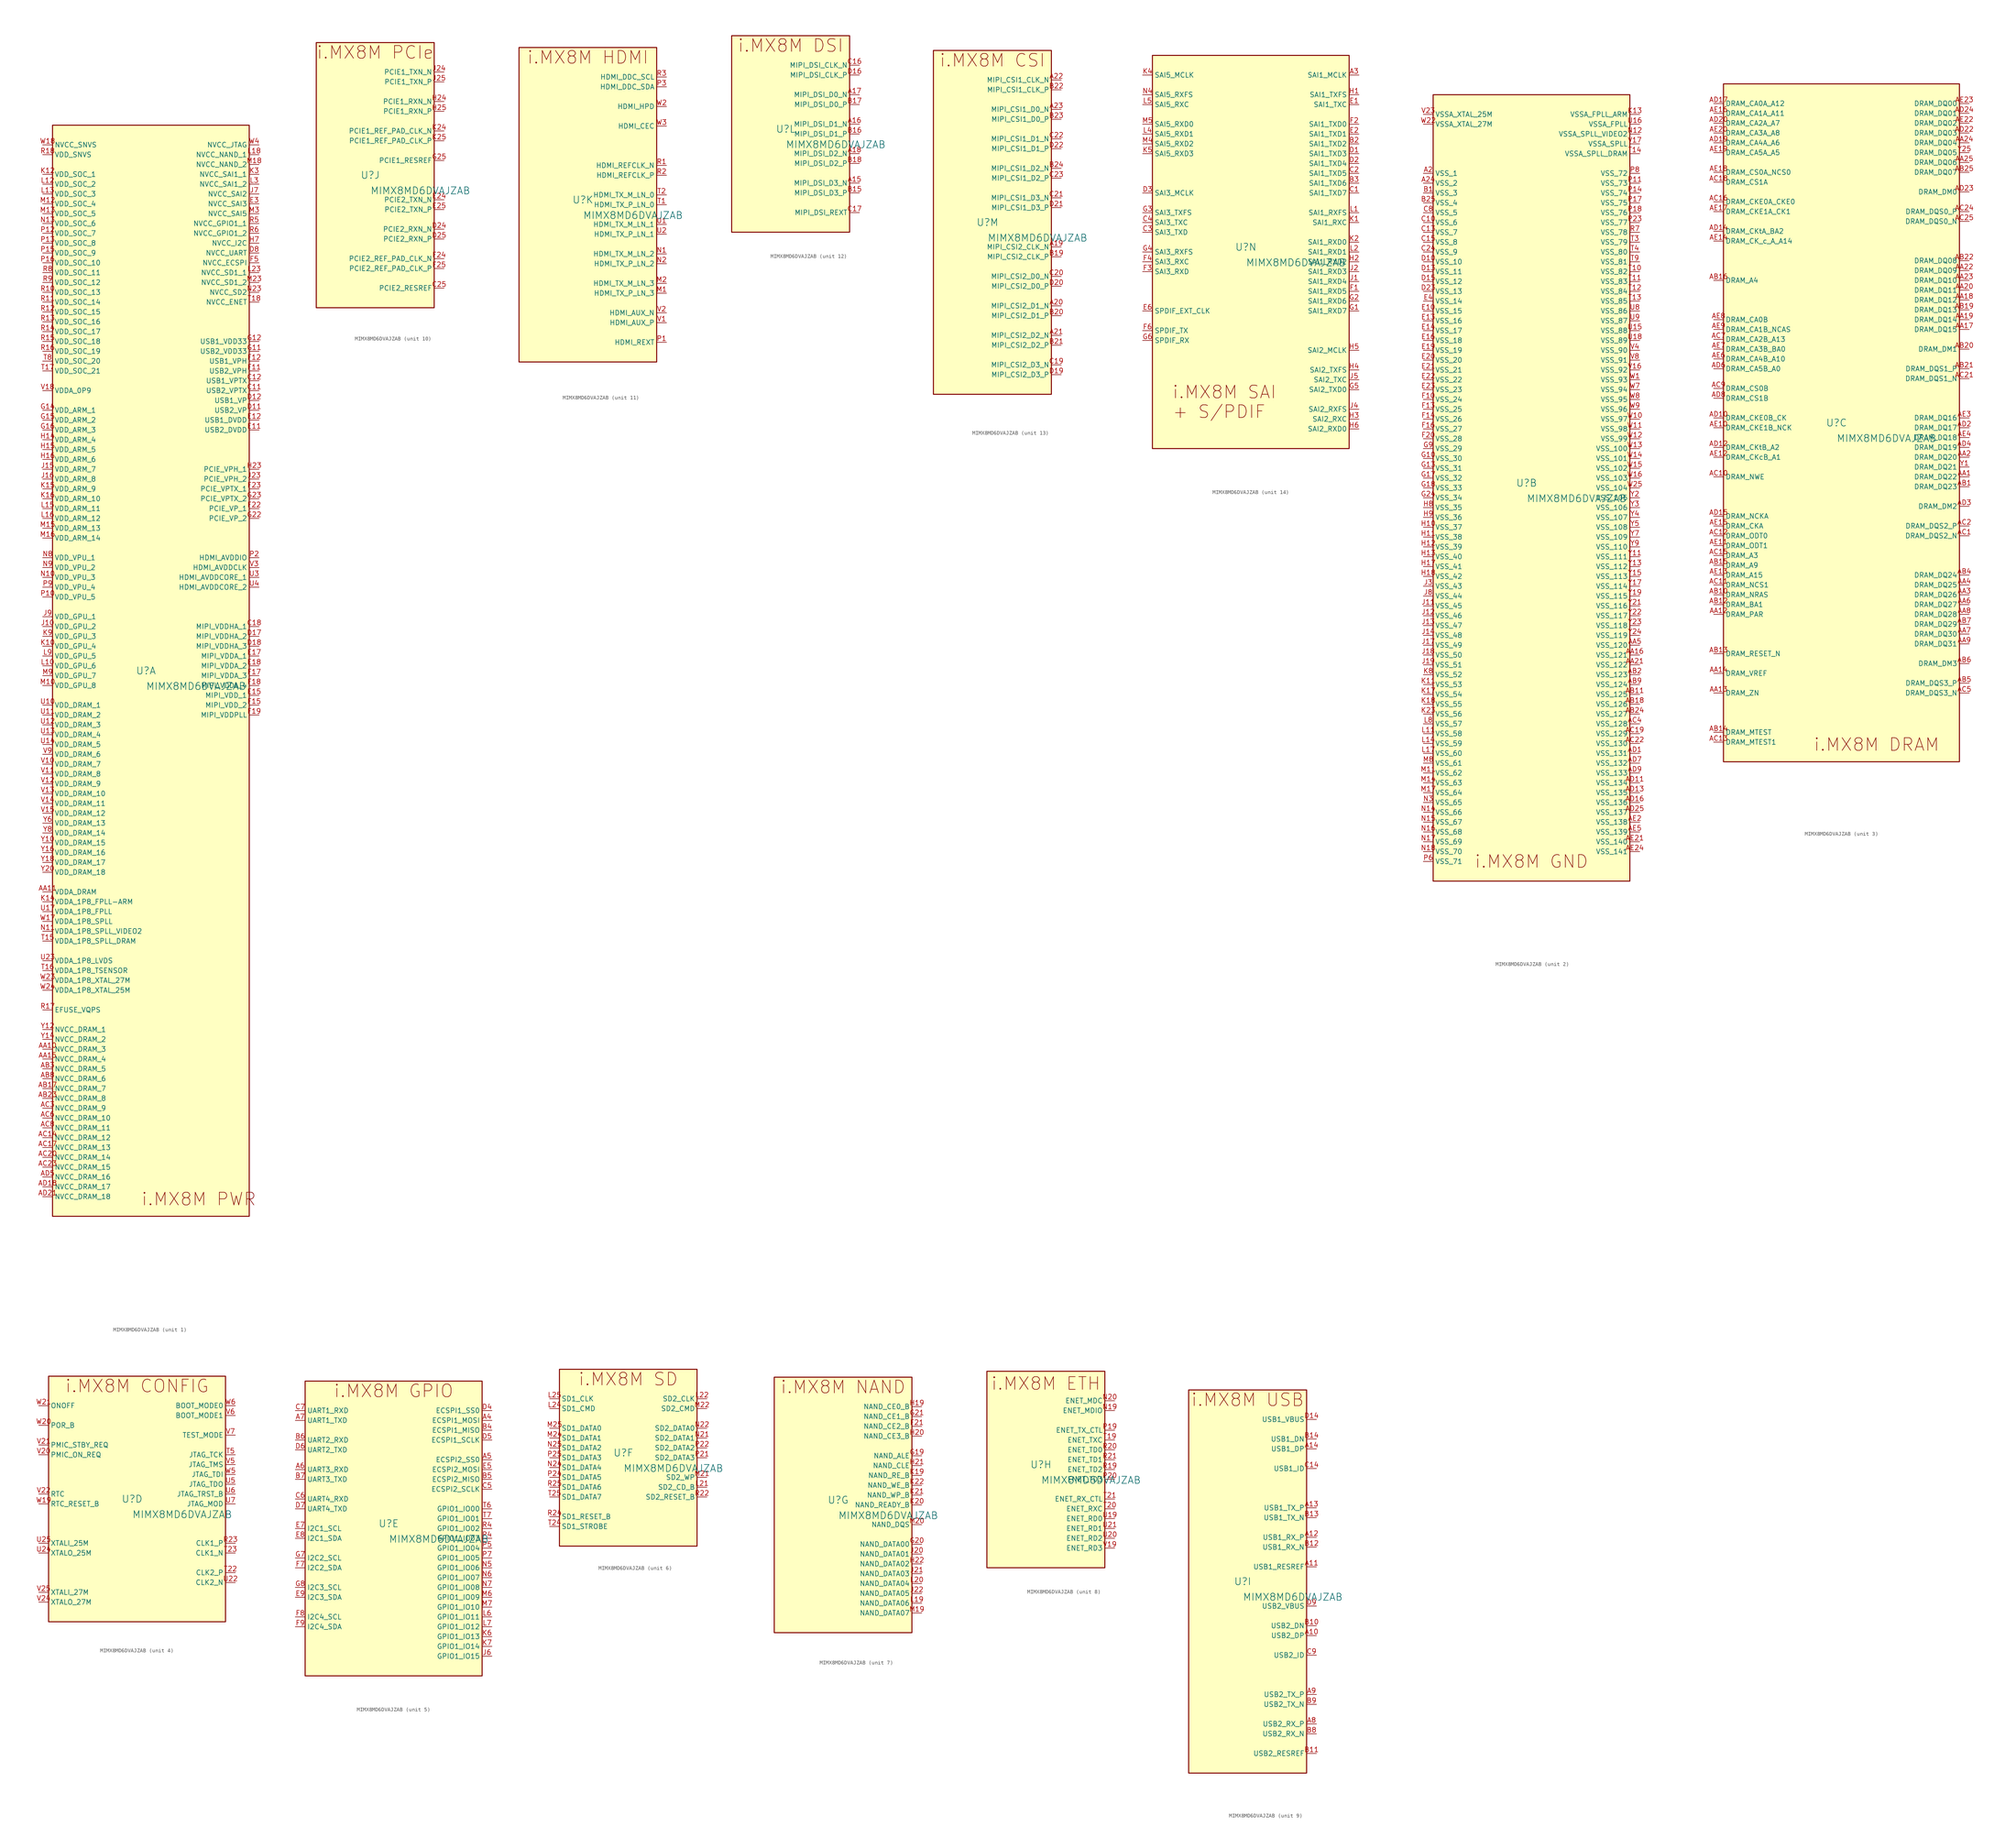
<source format=kicad_sym>
(kicad_symbol_lib
  (version 20231120)
  (generator "kicad_symbol_editor")
  (generator_version "8.0")
  (symbol "MIMX8MD6DVAJZAB"
    (property "Reference" "U"
      (at -1.27 1.27 0)
      (effects (font (size 1.829 1.829))))
    (property "Value" "MIMX8MD6DVAJZAB"
      (at -1.27 -3.81 0)
      (effects (font (size 1.829 1.829)) (justify left bottom)))
    (symbol "MIMX8MD6DVAJZAB_1_0"
      (rectangle (start 25.4 142.24) (end -25.4 -139.7) (stroke (width 0.254) (type solid) (color 128 0 0 1)) (fill (type background)))
      (text "i.MX8M PWR" (at -2.54 -137.16 0) (effects (font (size 3.277 3.277)) (justify left bottom)))
      (pin passive line (at -27.94 -96.52 0) (length 2.54) (name "NVCC_DRAM_3" (effects (font (size 1.27 1.27)))) (number "AA10" (effects (font (size 1.27 1.27)))))
      (pin passive line (at -27.94 -55.88 0) (length 2.54) (name "VDDA_DRAM" (effects (font (size 1.27 1.27)))) (number "AA11" (effects (font (size 1.27 1.27)))))
      (pin passive line (at -27.94 -99.06 0) (length 2.54) (name "NVCC_DRAM_4" (effects (font (size 1.27 1.27)))) (number "AA15" (effects (font (size 1.27 1.27)))))
      (pin passive line (at -27.94 -106.68 0) (length 2.54) (name "NVCC_DRAM_7" (effects (font (size 1.27 1.27)))) (number "AB17" (effects (font (size 1.27 1.27)))))
      (pin passive line (at -27.94 -109.22 0) (length 2.54) (name "NVCC_DRAM_8" (effects (font (size 1.27 1.27)))) (number "AB23" (effects (font (size 1.27 1.27)))))
      (pin passive line (at -27.94 -101.6 0) (length 2.54) (name "NVCC_DRAM_5" (effects (font (size 1.27 1.27)))) (number "AB3" (effects (font (size 1.27 1.27)))))
      (pin passive line (at -27.94 -104.14 0) (length 2.54) (name "NVCC_DRAM_6" (effects (font (size 1.27 1.27)))) (number "AB8" (effects (font (size 1.27 1.27)))))
      (pin passive line (at -27.94 -119.38 0) (length 2.54) (name "NVCC_DRAM_12" (effects (font (size 1.27 1.27)))) (number "AC14" (effects (font (size 1.27 1.27)))))
      (pin passive line (at -27.94 -121.92 0) (length 2.54) (name "NVCC_DRAM_13" (effects (font (size 1.27 1.27)))) (number "AC17" (effects (font (size 1.27 1.27)))))
      (pin passive line (at -27.94 -124.46 0) (length 2.54) (name "NVCC_DRAM_14" (effects (font (size 1.27 1.27)))) (number "AC20" (effects (font (size 1.27 1.27)))))
      (pin passive line (at -27.94 -127 0) (length 2.54) (name "NVCC_DRAM_15" (effects (font (size 1.27 1.27)))) (number "AC23" (effects (font (size 1.27 1.27)))))
      (pin passive line (at -27.94 -111.76 0) (length 2.54) (name "NVCC_DRAM_9" (effects (font (size 1.27 1.27)))) (number "AC3" (effects (font (size 1.27 1.27)))))
      (pin passive line (at -27.94 -114.3 0) (length 2.54) (name "NVCC_DRAM_10" (effects (font (size 1.27 1.27)))) (number "AC6" (effects (font (size 1.27 1.27)))))
      (pin passive line (at -27.94 -116.84 0) (length 2.54) (name "NVCC_DRAM_11" (effects (font (size 1.27 1.27)))) (number "AC8" (effects (font (size 1.27 1.27)))))
      (pin passive line (at -27.94 -132.08 0) (length 2.54) (name "NVCC_DRAM_17" (effects (font (size 1.27 1.27)))) (number "AD18" (effects (font (size 1.27 1.27)))))
      (pin passive line (at -27.94 -134.62 0) (length 2.54) (name "NVCC_DRAM_18" (effects (font (size 1.27 1.27)))) (number "AD21" (effects (font (size 1.27 1.27)))))
      (pin passive line (at -27.94 -129.54 0) (length 2.54) (name "NVCC_DRAM_16" (effects (font (size 1.27 1.27)))) (number "AD5" (effects (font (size 1.27 1.27)))))
      (pin passive line (at 27.94 73.66 180) (length 2.54) (name "USB2_VPTX" (effects (font (size 1.27 1.27)))) (number "C11" (effects (font (size 1.27 1.27)))))
      (pin passive line (at 27.94 76.2 180) (length 2.54) (name "USB1_VPTX" (effects (font (size 1.27 1.27)))) (number "C12" (effects (font (size 1.27 1.27)))))
      (pin passive line (at 27.94 12.7 180) (length 2.54) (name "MIPI_VDDHA_1" (effects (font (size 1.27 1.27)))) (number "C18" (effects (font (size 1.27 1.27)))))
      (pin passive line (at 27.94 68.58 180) (length 2.54) (name "USB2_VP" (effects (font (size 1.27 1.27)))) (number "D11" (effects (font (size 1.27 1.27)))))
      (pin passive line (at 27.94 71.12 180) (length 2.54) (name "USB1_VP" (effects (font (size 1.27 1.27)))) (number "D12" (effects (font (size 1.27 1.27)))))
      (pin passive line (at 27.94 10.16 180) (length 2.54) (name "MIPI_VDDHA_2" (effects (font (size 1.27 1.27)))) (number "D17" (effects (font (size 1.27 1.27)))))
      (pin passive line (at 27.94 7.62 180) (length 2.54) (name "MIPI_VDDHA_3" (effects (font (size 1.27 1.27)))) (number "D18" (effects (font (size 1.27 1.27)))))
      (pin passive line (at 27.94 109.22 180) (length 2.54) (name "NVCC_UART" (effects (font (size 1.27 1.27)))) (number "D8" (effects (font (size 1.27 1.27)))))
      (pin passive line (at 27.94 63.5 180) (length 2.54) (name "USB2_DVDD" (effects (font (size 1.27 1.27)))) (number "E11" (effects (font (size 1.27 1.27)))))
      (pin passive line (at 27.94 66.04 180) (length 2.54) (name "USB1_DVDD" (effects (font (size 1.27 1.27)))) (number "E12" (effects (font (size 1.27 1.27)))))
      (pin passive line (at 27.94 -5.08 180) (length 2.54) (name "MIPI_VDD_1" (effects (font (size 1.27 1.27)))) (number "E15" (effects (font (size 1.27 1.27)))))
      (pin passive line (at 27.94 5.08 180) (length 2.54) (name "MIPI_VDDA_1" (effects (font (size 1.27 1.27)))) (number "E17" (effects (font (size 1.27 1.27)))))
      (pin passive line (at 27.94 2.54 180) (length 2.54) (name "MIPI_VDDA_2" (effects (font (size 1.27 1.27)))) (number "E18" (effects (font (size 1.27 1.27)))))
      (pin passive line (at 27.94 121.92 180) (length 2.54) (name "NVCC_SAI3" (effects (font (size 1.27 1.27)))) (number "E3" (effects (font (size 1.27 1.27)))))
      (pin passive line (at 27.94 78.74 180) (length 2.54) (name "USB2_VPH" (effects (font (size 1.27 1.27)))) (number "F11" (effects (font (size 1.27 1.27)))))
      (pin passive line (at 27.94 81.28 180) (length 2.54) (name "USB1_VPH" (effects (font (size 1.27 1.27)))) (number "F12" (effects (font (size 1.27 1.27)))))
      (pin passive line (at 27.94 -7.62 180) (length 2.54) (name "MIPI_VDD_2" (effects (font (size 1.27 1.27)))) (number "F15" (effects (font (size 1.27 1.27)))))
      (pin passive line (at 27.94 0 180) (length 2.54) (name "MIPI_VDDA_3" (effects (font (size 1.27 1.27)))) (number "F17" (effects (font (size 1.27 1.27)))))
      (pin passive line (at 27.94 -2.54 180) (length 2.54) (name "MIPI_VDDA_4" (effects (font (size 1.27 1.27)))) (number "F18" (effects (font (size 1.27 1.27)))))
      (pin passive line (at 27.94 -10.16 180) (length 2.54) (name "MIPI_VDDPLL" (effects (font (size 1.27 1.27)))) (number "F19" (effects (font (size 1.27 1.27)))))
      (pin passive line (at 27.94 43.18 180) (length 2.54) (name "PCIE_VP_1" (effects (font (size 1.27 1.27)))) (number "F22" (effects (font (size 1.27 1.27)))))
      (pin passive line (at 27.94 48.26 180) (length 2.54) (name "PCIE_VPTX_1" (effects (font (size 1.27 1.27)))) (number "F23" (effects (font (size 1.27 1.27)))))
      (pin passive line (at 27.94 106.68 180) (length 2.54) (name "NVCC_ECSPI" (effects (font (size 1.27 1.27)))) (number "F5" (effects (font (size 1.27 1.27)))))
      (pin passive line (at 27.94 83.82 180) (length 2.54) (name "USB2_VDD33" (effects (font (size 1.27 1.27)))) (number "G11" (effects (font (size 1.27 1.27)))))
      (pin passive line (at 27.94 86.36 180) (length 2.54) (name "USB1_VDD33" (effects (font (size 1.27 1.27)))) (number "G12" (effects (font (size 1.27 1.27)))))
      (pin passive line (at -27.94 68.58 0) (length 2.54) (name "VDD_ARM_1" (effects (font (size 1.27 1.27)))) (number "G14" (effects (font (size 1.27 1.27)))))
      (pin passive line (at -27.94 66.04 0) (length 2.54) (name "VDD_ARM_2" (effects (font (size 1.27 1.27)))) (number "G15" (effects (font (size 1.27 1.27)))))
      (pin passive line (at -27.94 63.5 0) (length 2.54) (name "VDD_ARM_3" (effects (font (size 1.27 1.27)))) (number "G16" (effects (font (size 1.27 1.27)))))
      (pin passive line (at 27.94 40.64 180) (length 2.54) (name "PCIE_VP_2" (effects (font (size 1.27 1.27)))) (number "G22" (effects (font (size 1.27 1.27)))))
      (pin passive line (at 27.94 45.72 180) (length 2.54) (name "PCIE_VPTX_2" (effects (font (size 1.27 1.27)))) (number "G23" (effects (font (size 1.27 1.27)))))
      (pin passive line (at -27.94 60.96 0) (length 2.54) (name "VDD_ARM_4" (effects (font (size 1.27 1.27)))) (number "H14" (effects (font (size 1.27 1.27)))))
      (pin passive line (at -27.94 58.42 0) (length 2.54) (name "VDD_ARM_5" (effects (font (size 1.27 1.27)))) (number "H15" (effects (font (size 1.27 1.27)))))
      (pin passive line (at -27.94 55.88 0) (length 2.54) (name "VDD_ARM_6" (effects (font (size 1.27 1.27)))) (number "H16" (effects (font (size 1.27 1.27)))))
      (pin passive line (at 27.94 53.34 180) (length 2.54) (name "PCIE_VPH_1" (effects (font (size 1.27 1.27)))) (number "H23" (effects (font (size 1.27 1.27)))))
      (pin passive line (at 27.94 111.76 180) (length 2.54) (name "NVCC_I2C" (effects (font (size 1.27 1.27)))) (number "H7" (effects (font (size 1.27 1.27)))))
      (pin passive line (at -27.94 12.7 0) (length 2.54) (name "VDD_GPU_2" (effects (font (size 1.27 1.27)))) (number "J10" (effects (font (size 1.27 1.27)))))
      (pin passive line (at -27.94 53.34 0) (length 2.54) (name "VDD_ARM_7" (effects (font (size 1.27 1.27)))) (number "J15" (effects (font (size 1.27 1.27)))))
      (pin passive line (at -27.94 50.8 0) (length 2.54) (name "VDD_ARM_8" (effects (font (size 1.27 1.27)))) (number "J16" (effects (font (size 1.27 1.27)))))
      (pin passive line (at 27.94 50.8 180) (length 2.54) (name "PCIE_VPH_2" (effects (font (size 1.27 1.27)))) (number "J23" (effects (font (size 1.27 1.27)))))
      (pin passive line (at 27.94 124.46 180) (length 2.54) (name "NVCC_SAI2" (effects (font (size 1.27 1.27)))) (number "J7" (effects (font (size 1.27 1.27)))))
      (pin passive line (at -27.94 15.24 0) (length 2.54) (name "VDD_GPU_1" (effects (font (size 1.27 1.27)))) (number "J9" (effects (font (size 1.27 1.27)))))
      (pin passive line (at -27.94 7.62 0) (length 2.54) (name "VDD_GPU_4" (effects (font (size 1.27 1.27)))) (number "K10" (effects (font (size 1.27 1.27)))))
      (pin passive line (at -27.94 129.54 0) (length 2.54) (name "VDD_SOC_1" (effects (font (size 1.27 1.27)))) (number "K12" (effects (font (size 1.27 1.27)))))
      (pin passive line (at -27.94 -58.42 0) (length 2.54) (name "VDDA_1P8_FPLL-ARM" (effects (font (size 1.27 1.27)))) (number "K14" (effects (font (size 1.27 1.27)))))
      (pin passive line (at -27.94 48.26 0) (length 2.54) (name "VDD_ARM_9" (effects (font (size 1.27 1.27)))) (number "K15" (effects (font (size 1.27 1.27)))))
      (pin passive line (at -27.94 45.72 0) (length 2.54) (name "VDD_ARM_10" (effects (font (size 1.27 1.27)))) (number "K16" (effects (font (size 1.27 1.27)))))
      (pin passive line (at 27.94 129.54 180) (length 2.54) (name "NVCC_SAI1_1" (effects (font (size 1.27 1.27)))) (number "K3" (effects (font (size 1.27 1.27)))))
      (pin passive line (at -27.94 10.16 0) (length 2.54) (name "VDD_GPU_3" (effects (font (size 1.27 1.27)))) (number "K9" (effects (font (size 1.27 1.27)))))
      (pin passive line (at -27.94 2.54 0) (length 2.54) (name "VDD_GPU_6" (effects (font (size 1.27 1.27)))) (number "L10" (effects (font (size 1.27 1.27)))))
      (pin passive line (at -27.94 127 0) (length 2.54) (name "VDD_SOC_2" (effects (font (size 1.27 1.27)))) (number "L12" (effects (font (size 1.27 1.27)))))
      (pin passive line (at -27.94 124.46 0) (length 2.54) (name "VDD_SOC_3" (effects (font (size 1.27 1.27)))) (number "L13" (effects (font (size 1.27 1.27)))))
      (pin passive line (at -27.94 43.18 0) (length 2.54) (name "VDD_ARM_11" (effects (font (size 1.27 1.27)))) (number "L15" (effects (font (size 1.27 1.27)))))
      (pin passive line (at -27.94 40.64 0) (length 2.54) (name "VDD_ARM_12" (effects (font (size 1.27 1.27)))) (number "L16" (effects (font (size 1.27 1.27)))))
      (pin passive line (at 27.94 134.62 180) (length 2.54) (name "NVCC_NAND_1" (effects (font (size 1.27 1.27)))) (number "L18" (effects (font (size 1.27 1.27)))))
      (pin passive line (at 27.94 104.14 180) (length 2.54) (name "NVCC_SD1_1" (effects (font (size 1.27 1.27)))) (number "L23" (effects (font (size 1.27 1.27)))))
      (pin passive line (at 27.94 127 180) (length 2.54) (name "NVCC_SAI1_2" (effects (font (size 1.27 1.27)))) (number "L3" (effects (font (size 1.27 1.27)))))
      (pin passive line (at -27.94 5.08 0) (length 2.54) (name "VDD_GPU_5" (effects (font (size 1.27 1.27)))) (number "L9" (effects (font (size 1.27 1.27)))))
      (pin passive line (at -27.94 -2.54 0) (length 2.54) (name "VDD_GPU_8" (effects (font (size 1.27 1.27)))) (number "M10" (effects (font (size 1.27 1.27)))))
      (pin passive line (at -27.94 121.92 0) (length 2.54) (name "VDD_SOC_4" (effects (font (size 1.27 1.27)))) (number "M12" (effects (font (size 1.27 1.27)))))
      (pin passive line (at -27.94 119.38 0) (length 2.54) (name "VDD_SOC_5" (effects (font (size 1.27 1.27)))) (number "M13" (effects (font (size 1.27 1.27)))))
      (pin passive line (at -27.94 38.1 0) (length 2.54) (name "VDD_ARM_13" (effects (font (size 1.27 1.27)))) (number "M15" (effects (font (size 1.27 1.27)))))
      (pin passive line (at -27.94 35.56 0) (length 2.54) (name "VDD_ARM_14" (effects (font (size 1.27 1.27)))) (number "M16" (effects (font (size 1.27 1.27)))))
      (pin passive line (at 27.94 132.08 180) (length 2.54) (name "NVCC_NAND_2" (effects (font (size 1.27 1.27)))) (number "M18" (effects (font (size 1.27 1.27)))))
      (pin passive line (at 27.94 101.6 180) (length 2.54) (name "NVCC_SD1_2" (effects (font (size 1.27 1.27)))) (number "M23" (effects (font (size 1.27 1.27)))))
      (pin passive line (at 27.94 119.38 180) (length 2.54) (name "NVCC_SAI5" (effects (font (size 1.27 1.27)))) (number "M3" (effects (font (size 1.27 1.27)))))
      (pin passive line (at -27.94 0 0) (length 2.54) (name "VDD_GPU_7" (effects (font (size 1.27 1.27)))) (number "M9" (effects (font (size 1.27 1.27)))))
      (pin passive line (at -27.94 25.4 0) (length 2.54) (name "VDD_VPU_3" (effects (font (size 1.27 1.27)))) (number "N10" (effects (font (size 1.27 1.27)))))
      (pin passive line (at -27.94 -66.04 0) (length 2.54) (name "VDDA_1P8_SPLL_VIDEO2" (effects (font (size 1.27 1.27)))) (number "N11" (effects (font (size 1.27 1.27)))))
      (pin passive line (at -27.94 116.84 0) (length 2.54) (name "VDD_SOC_6" (effects (font (size 1.27 1.27)))) (number "N13" (effects (font (size 1.27 1.27)))))
      (pin passive line (at 27.94 99.06 180) (length 2.54) (name "NVCC_SD2" (effects (font (size 1.27 1.27)))) (number "N23" (effects (font (size 1.27 1.27)))))
      (pin passive line (at -27.94 30.48 0) (length 2.54) (name "VDD_VPU_1" (effects (font (size 1.27 1.27)))) (number "N8" (effects (font (size 1.27 1.27)))))
      (pin passive line (at -27.94 27.94 0) (length 2.54) (name "VDD_VPU_2" (effects (font (size 1.27 1.27)))) (number "N9" (effects (font (size 1.27 1.27)))))
      (pin passive line (at -27.94 20.32 0) (length 2.54) (name "VDD_VPU_5" (effects (font (size 1.27 1.27)))) (number "P10" (effects (font (size 1.27 1.27)))))
      (pin passive line (at -27.94 114.3 0) (length 2.54) (name "VDD_SOC_7" (effects (font (size 1.27 1.27)))) (number "P12" (effects (font (size 1.27 1.27)))))
      (pin passive line (at -27.94 111.76 0) (length 2.54) (name "VDD_SOC_8" (effects (font (size 1.27 1.27)))) (number "P13" (effects (font (size 1.27 1.27)))))
      (pin passive line (at -27.94 109.22 0) (length 2.54) (name "VDD_SOC_9" (effects (font (size 1.27 1.27)))) (number "P15" (effects (font (size 1.27 1.27)))))
      (pin passive line (at -27.94 106.68 0) (length 2.54) (name "VDD_SOC_10" (effects (font (size 1.27 1.27)))) (number "P16" (effects (font (size 1.27 1.27)))))
      (pin passive line (at 27.94 30.48 180) (length 2.54) (name "HDMI_AVDDIO" (effects (font (size 1.27 1.27)))) (number "P2" (effects (font (size 1.27 1.27)))))
      (pin passive line (at -27.94 22.86 0) (length 2.54) (name "VDD_VPU_4" (effects (font (size 1.27 1.27)))) (number "P9" (effects (font (size 1.27 1.27)))))
      (pin passive line (at -27.94 99.06 0) (length 2.54) (name "VDD_SOC_13" (effects (font (size 1.27 1.27)))) (number "R10" (effects (font (size 1.27 1.27)))))
      (pin passive line (at -27.94 96.52 0) (length 2.54) (name "VDD_SOC_14" (effects (font (size 1.27 1.27)))) (number "R11" (effects (font (size 1.27 1.27)))))
      (pin passive line (at -27.94 93.98 0) (length 2.54) (name "VDD_SOC_15" (effects (font (size 1.27 1.27)))) (number "R12" (effects (font (size 1.27 1.27)))))
      (pin passive line (at -27.94 91.44 0) (length 2.54) (name "VDD_SOC_16" (effects (font (size 1.27 1.27)))) (number "R13" (effects (font (size 1.27 1.27)))))
      (pin passive line (at -27.94 88.9 0) (length 2.54) (name "VDD_SOC_17" (effects (font (size 1.27 1.27)))) (number "R14" (effects (font (size 1.27 1.27)))))
      (pin passive line (at -27.94 86.36 0) (length 2.54) (name "VDD_SOC_18" (effects (font (size 1.27 1.27)))) (number "R15" (effects (font (size 1.27 1.27)))))
      (pin passive line (at -27.94 83.82 0) (length 2.54) (name "VDD_SOC_19" (effects (font (size 1.27 1.27)))) (number "R16" (effects (font (size 1.27 1.27)))))
      (pin passive line (at -27.94 -86.36 0) (length 2.54) (name "EFUSE_VQPS" (effects (font (size 1.27 1.27)))) (number "R17" (effects (font (size 1.27 1.27)))))
      (pin passive line (at -27.94 134.62 0) (length 2.54) (name "VDD_SNVS" (effects (font (size 1.27 1.27)))) (number "R18" (effects (font (size 1.27 1.27)))))
      (pin passive line (at 27.94 116.84 180) (length 2.54) (name "NVCC_GPIO1_1" (effects (font (size 1.27 1.27)))) (number "R5" (effects (font (size 1.27 1.27)))))
      (pin passive line (at 27.94 114.3 180) (length 2.54) (name "NVCC_GPIO1_2" (effects (font (size 1.27 1.27)))) (number "R6" (effects (font (size 1.27 1.27)))))
      (pin passive line (at -27.94 104.14 0) (length 2.54) (name "VDD_SOC_11" (effects (font (size 1.27 1.27)))) (number "R8" (effects (font (size 1.27 1.27)))))
      (pin passive line (at -27.94 101.6 0) (length 2.54) (name "VDD_SOC_12" (effects (font (size 1.27 1.27)))) (number "R9" (effects (font (size 1.27 1.27)))))
      (pin passive line (at -27.94 -68.58 0) (length 2.54) (name "VDDA_1P8_SPLL_DRAM" (effects (font (size 1.27 1.27)))) (number "T15" (effects (font (size 1.27 1.27)))))
      (pin passive line (at -27.94 -76.2 0) (length 2.54) (name "VDDA_1P8_TSENSOR" (effects (font (size 1.27 1.27)))) (number "T16" (effects (font (size 1.27 1.27)))))
      (pin passive line (at -27.94 78.74 0) (length 2.54) (name "VDD_SOC_21" (effects (font (size 1.27 1.27)))) (number "T17" (effects (font (size 1.27 1.27)))))
      (pin passive line (at 27.94 96.52 180) (length 2.54) (name "NVCC_ENET" (effects (font (size 1.27 1.27)))) (number "T18" (effects (font (size 1.27 1.27)))))
      (pin passive line (at -27.94 81.28 0) (length 2.54) (name "VDD_SOC_20" (effects (font (size 1.27 1.27)))) (number "T8" (effects (font (size 1.27 1.27)))))
      (pin passive line (at -27.94 -7.62 0) (length 2.54) (name "VDD_DRAM_1" (effects (font (size 1.27 1.27)))) (number "U10" (effects (font (size 1.27 1.27)))))
      (pin passive line (at -27.94 -10.16 0) (length 2.54) (name "VDD_DRAM_2" (effects (font (size 1.27 1.27)))) (number "U11" (effects (font (size 1.27 1.27)))))
      (pin passive line (at -27.94 -12.7 0) (length 2.54) (name "VDD_DRAM_3" (effects (font (size 1.27 1.27)))) (number "U12" (effects (font (size 1.27 1.27)))))
      (pin passive line (at -27.94 -15.24 0) (length 2.54) (name "VDD_DRAM_4" (effects (font (size 1.27 1.27)))) (number "U13" (effects (font (size 1.27 1.27)))))
      (pin passive line (at -27.94 -17.78 0) (length 2.54) (name "VDD_DRAM_5" (effects (font (size 1.27 1.27)))) (number "U14" (effects (font (size 1.27 1.27)))))
      (pin passive line (at -27.94 -60.96 0) (length 2.54) (name "VDDA_1P8_FPLL" (effects (font (size 1.27 1.27)))) (number "U17" (effects (font (size 1.27 1.27)))))
      (pin passive line (at -27.94 -73.66 0) (length 2.54) (name "VDDA_1P8_LVDS" (effects (font (size 1.27 1.27)))) (number "U23" (effects (font (size 1.27 1.27)))))
      (pin passive line (at 27.94 25.4 180) (length 2.54) (name "HDMI_AVDDCORE_1" (effects (font (size 1.27 1.27)))) (number "U3" (effects (font (size 1.27 1.27)))))
      (pin passive line (at 27.94 22.86 180) (length 2.54) (name "HDMI_AVDDCORE_2" (effects (font (size 1.27 1.27)))) (number "U4" (effects (font (size 1.27 1.27)))))
      (pin passive line (at -27.94 -22.86 0) (length 2.54) (name "VDD_DRAM_7" (effects (font (size 1.27 1.27)))) (number "V10" (effects (font (size 1.27 1.27)))))
      (pin passive line (at -27.94 -25.4 0) (length 2.54) (name "VDD_DRAM_8" (effects (font (size 1.27 1.27)))) (number "V11" (effects (font (size 1.27 1.27)))))
      (pin passive line (at -27.94 -27.94 0) (length 2.54) (name "VDD_DRAM_9" (effects (font (size 1.27 1.27)))) (number "V12" (effects (font (size 1.27 1.27)))))
      (pin passive line (at -27.94 -30.48 0) (length 2.54) (name "VDD_DRAM_10" (effects (font (size 1.27 1.27)))) (number "V13" (effects (font (size 1.27 1.27)))))
      (pin passive line (at -27.94 -33.02 0) (length 2.54) (name "VDD_DRAM_11" (effects (font (size 1.27 1.27)))) (number "V14" (effects (font (size 1.27 1.27)))))
      (pin passive line (at -27.94 -35.56 0) (length 2.54) (name "VDD_DRAM_12" (effects (font (size 1.27 1.27)))) (number "V15" (effects (font (size 1.27 1.27)))))
      (pin passive line (at -27.94 73.66 0) (length 2.54) (name "VDDA_0P9" (effects (font (size 1.27 1.27)))) (number "V18" (effects (font (size 1.27 1.27)))))
      (pin passive line (at 27.94 27.94 180) (length 2.54) (name "HDMI_AVDDCLK" (effects (font (size 1.27 1.27)))) (number "V3" (effects (font (size 1.27 1.27)))))
      (pin passive line (at -27.94 -20.32 0) (length 2.54) (name "VDD_DRAM_6" (effects (font (size 1.27 1.27)))) (number "V9" (effects (font (size 1.27 1.27)))))
      (pin passive line (at -27.94 -63.5 0) (length 2.54) (name "VDDA_1P8_SPLL" (effects (font (size 1.27 1.27)))) (number "W17" (effects (font (size 1.27 1.27)))))
      (pin passive line (at -27.94 137.16 0) (length 2.54) (name "NVCC_SNVS" (effects (font (size 1.27 1.27)))) (number "W18" (effects (font (size 1.27 1.27)))))
      (pin passive line (at -27.94 -78.74 0) (length 2.54) (name "VDDA_1P8_XTAL_27M" (effects (font (size 1.27 1.27)))) (number "W23" (effects (font (size 1.27 1.27)))))
      (pin passive line (at -27.94 -81.28 0) (length 2.54) (name "VDDA_1P8_XTAL_25M" (effects (font (size 1.27 1.27)))) (number "W24" (effects (font (size 1.27 1.27)))))
      (pin passive line (at 27.94 137.16 180) (length 2.54) (name "NVCC_JTAG" (effects (font (size 1.27 1.27)))) (number "W4" (effects (font (size 1.27 1.27)))))
      (pin passive line (at -27.94 -43.18 0) (length 2.54) (name "VDD_DRAM_15" (effects (font (size 1.27 1.27)))) (number "Y10" (effects (font (size 1.27 1.27)))))
      (pin passive line (at -27.94 -91.44 0) (length 2.54) (name "NVCC_DRAM_1" (effects (font (size 1.27 1.27)))) (number "Y12" (effects (font (size 1.27 1.27)))))
      (pin passive line (at -27.94 -93.98 0) (length 2.54) (name "NVCC_DRAM_2" (effects (font (size 1.27 1.27)))) (number "Y14" (effects (font (size 1.27 1.27)))))
      (pin passive line (at -27.94 -45.72 0) (length 2.54) (name "VDD_DRAM_16" (effects (font (size 1.27 1.27)))) (number "Y16" (effects (font (size 1.27 1.27)))))
      (pin passive line (at -27.94 -48.26 0) (length 2.54) (name "VDD_DRAM_17" (effects (font (size 1.27 1.27)))) (number "Y18" (effects (font (size 1.27 1.27)))))
      (pin passive line (at -27.94 -50.8 0) (length 2.54) (name "VDD_DRAM_18" (effects (font (size 1.27 1.27)))) (number "Y20" (effects (font (size 1.27 1.27)))))
      (pin passive line (at -27.94 -38.1 0) (length 2.54) (name "VDD_DRAM_13" (effects (font (size 1.27 1.27)))) (number "Y6" (effects (font (size 1.27 1.27)))))
      (pin passive line (at -27.94 -40.64 0) (length 2.54) (name "VDD_DRAM_14" (effects (font (size 1.27 1.27)))) (number "Y8" (effects (font (size 1.27 1.27))))))
    (symbol "MIMX8MD6DVAJZAB_2_0"
      (rectangle (start 25.4 101.6) (end -25.4 -101.6) (stroke (width 0.254) (type solid) (color 128 0 0 1)) (fill (type background)))
      (text "i.MX8M GND" (at 0 -96.52 0) (effects (font (size 3.277 3.277))))
      (pin power_in line (at -27.94 81.28 0) (length 2.54) (name "VSS_1" (effects (font (size 1.27 1.27)))) (number "A2" (effects (font (size 1.27 1.27)))))
      (pin power_in line (at -27.94 78.74 0) (length 2.54) (name "VSS_2" (effects (font (size 1.27 1.27)))) (number "A24" (effects (font (size 1.27 1.27)))))
      (pin power_in line (at 27.94 -43.18 180) (length 2.54) (name "VSS_121" (effects (font (size 1.27 1.27)))) (number "AA16" (effects (font (size 1.27 1.27)))))
      (pin power_in line (at 27.94 -45.72 180) (length 2.54) (name "VSS_122" (effects (font (size 1.27 1.27)))) (number "AA21" (effects (font (size 1.27 1.27)))))
      (pin power_in line (at 27.94 -40.64 180) (length 2.54) (name "VSS_120" (effects (font (size 1.27 1.27)))) (number "AA5" (effects (font (size 1.27 1.27)))))
      (pin power_in line (at 27.94 -53.34 180) (length 2.54) (name "VSS_125" (effects (font (size 1.27 1.27)))) (number "AB11" (effects (font (size 1.27 1.27)))))
      (pin power_in line (at 27.94 -55.88 180) (length 2.54) (name "VSS_126" (effects (font (size 1.27 1.27)))) (number "AB18" (effects (font (size 1.27 1.27)))))
      (pin power_in line (at 27.94 -48.26 180) (length 2.54) (name "VSS_123" (effects (font (size 1.27 1.27)))) (number "AB2" (effects (font (size 1.27 1.27)))))
      (pin power_in line (at 27.94 -58.42 180) (length 2.54) (name "VSS_127" (effects (font (size 1.27 1.27)))) (number "AB24" (effects (font (size 1.27 1.27)))))
      (pin power_in line (at 27.94 -50.8 180) (length 2.54) (name "VSS_124" (effects (font (size 1.27 1.27)))) (number "AB9" (effects (font (size 1.27 1.27)))))
      (pin power_in line (at 27.94 -63.5 180) (length 2.54) (name "VSS_129" (effects (font (size 1.27 1.27)))) (number "AC19" (effects (font (size 1.27 1.27)))))
      (pin power_in line (at 27.94 -66.04 180) (length 2.54) (name "VSS_130" (effects (font (size 1.27 1.27)))) (number "AC22" (effects (font (size 1.27 1.27)))))
      (pin power_in line (at 27.94 -60.96 180) (length 2.54) (name "VSS_128" (effects (font (size 1.27 1.27)))) (number "AC4" (effects (font (size 1.27 1.27)))))
      (pin power_in line (at 27.94 -68.58 180) (length 2.54) (name "VSS_131" (effects (font (size 1.27 1.27)))) (number "AD1" (effects (font (size 1.27 1.27)))))
      (pin power_in line (at 27.94 -76.2 180) (length 2.54) (name "VSS_134" (effects (font (size 1.27 1.27)))) (number "AD11" (effects (font (size 1.27 1.27)))))
      (pin power_in line (at 27.94 -78.74 180) (length 2.54) (name "VSS_135" (effects (font (size 1.27 1.27)))) (number "AD13" (effects (font (size 1.27 1.27)))))
      (pin power_in line (at 27.94 -81.28 180) (length 2.54) (name "VSS_136" (effects (font (size 1.27 1.27)))) (number "AD16" (effects (font (size 1.27 1.27)))))
      (pin power_in line (at 27.94 -83.82 180) (length 2.54) (name "VSS_137" (effects (font (size 1.27 1.27)))) (number "AD25" (effects (font (size 1.27 1.27)))))
      (pin power_in line (at 27.94 -71.12 180) (length 2.54) (name "VSS_132" (effects (font (size 1.27 1.27)))) (number "AD7" (effects (font (size 1.27 1.27)))))
      (pin power_in line (at 27.94 -73.66 180) (length 2.54) (name "VSS_133" (effects (font (size 1.27 1.27)))) (number "AD9" (effects (font (size 1.27 1.27)))))
      (pin power_in line (at 27.94 -86.36 180) (length 2.54) (name "VSS_138" (effects (font (size 1.27 1.27)))) (number "AE2" (effects (font (size 1.27 1.27)))))
      (pin power_in line (at 27.94 -91.44 180) (length 2.54) (name "VSS_140" (effects (font (size 1.27 1.27)))) (number "AE21" (effects (font (size 1.27 1.27)))))
      (pin power_in line (at 27.94 -93.98 180) (length 2.54) (name "VSS_141" (effects (font (size 1.27 1.27)))) (number "AE24" (effects (font (size 1.27 1.27)))))
      (pin power_in line (at 27.94 -88.9 180) (length 2.54) (name "VSS_139" (effects (font (size 1.27 1.27)))) (number "AE5" (effects (font (size 1.27 1.27)))))
      (pin power_in line (at -27.94 76.2 0) (length 2.54) (name "VSS_3" (effects (font (size 1.27 1.27)))) (number "B1" (effects (font (size 1.27 1.27)))))
      (pin power_in line (at -27.94 73.66 0) (length 2.54) (name "VSS_4" (effects (font (size 1.27 1.27)))) (number "B25" (effects (font (size 1.27 1.27)))))
      (pin power_in line (at -27.94 68.58 0) (length 2.54) (name "VSS_6" (effects (font (size 1.27 1.27)))) (number "C10" (effects (font (size 1.27 1.27)))))
      (pin power_in line (at -27.94 66.04 0) (length 2.54) (name "VSS_7" (effects (font (size 1.27 1.27)))) (number "C13" (effects (font (size 1.27 1.27)))))
      (pin power_in line (at -27.94 63.5 0) (length 2.54) (name "VSS_8" (effects (font (size 1.27 1.27)))) (number "C15" (effects (font (size 1.27 1.27)))))
      (pin power_in line (at -27.94 60.96 0) (length 2.54) (name "VSS_9" (effects (font (size 1.27 1.27)))) (number "C24" (effects (font (size 1.27 1.27)))))
      (pin power_in line (at -27.94 71.12 0) (length 2.54) (name "VSS_5" (effects (font (size 1.27 1.27)))) (number "C8" (effects (font (size 1.27 1.27)))))
      (pin power_in line (at -27.94 58.42 0) (length 2.54) (name "VSS_10" (effects (font (size 1.27 1.27)))) (number "D10" (effects (font (size 1.27 1.27)))))
      (pin power_in line (at -27.94 55.88 0) (length 2.54) (name "VSS_11" (effects (font (size 1.27 1.27)))) (number "D13" (effects (font (size 1.27 1.27)))))
      (pin power_in line (at -27.94 53.34 0) (length 2.54) (name "VSS_12" (effects (font (size 1.27 1.27)))) (number "D15" (effects (font (size 1.27 1.27)))))
      (pin power_in line (at -27.94 50.8 0) (length 2.54) (name "VSS_13" (effects (font (size 1.27 1.27)))) (number "D23" (effects (font (size 1.27 1.27)))))
      (pin power_in line (at -27.94 45.72 0) (length 2.54) (name "VSS_15" (effects (font (size 1.27 1.27)))) (number "E10" (effects (font (size 1.27 1.27)))))
      (pin power_in line (at -27.94 43.18 0) (length 2.54) (name "VSS_16" (effects (font (size 1.27 1.27)))) (number "E13" (effects (font (size 1.27 1.27)))))
      (pin power_in line (at -27.94 40.64 0) (length 2.54) (name "VSS_17" (effects (font (size 1.27 1.27)))) (number "E14" (effects (font (size 1.27 1.27)))))
      (pin power_in line (at -27.94 38.1 0) (length 2.54) (name "VSS_18" (effects (font (size 1.27 1.27)))) (number "E16" (effects (font (size 1.27 1.27)))))
      (pin power_in line (at -27.94 35.56 0) (length 2.54) (name "VSS_19" (effects (font (size 1.27 1.27)))) (number "E19" (effects (font (size 1.27 1.27)))))
      (pin power_in line (at -27.94 33.02 0) (length 2.54) (name "VSS_20" (effects (font (size 1.27 1.27)))) (number "E20" (effects (font (size 1.27 1.27)))))
      (pin power_in line (at -27.94 30.48 0) (length 2.54) (name "VSS_21" (effects (font (size 1.27 1.27)))) (number "E21" (effects (font (size 1.27 1.27)))))
      (pin power_in line (at -27.94 27.94 0) (length 2.54) (name "VSS_22" (effects (font (size 1.27 1.27)))) (number "E22" (effects (font (size 1.27 1.27)))))
      (pin power_in line (at -27.94 25.4 0) (length 2.54) (name "VSS_23" (effects (font (size 1.27 1.27)))) (number "E23" (effects (font (size 1.27 1.27)))))
      (pin power_in line (at -27.94 48.26 0) (length 2.54) (name "VSS_14" (effects (font (size 1.27 1.27)))) (number "E4" (effects (font (size 1.27 1.27)))))
      (pin power_in line (at -27.94 22.86 0) (length 2.54) (name "VSS_24" (effects (font (size 1.27 1.27)))) (number "F10" (effects (font (size 1.27 1.27)))))
      (pin power_in line (at -27.94 20.32 0) (length 2.54) (name "VSS_25" (effects (font (size 1.27 1.27)))) (number "F13" (effects (font (size 1.27 1.27)))))
      (pin power_in line (at -27.94 17.78 0) (length 2.54) (name "VSS_26" (effects (font (size 1.27 1.27)))) (number "F14" (effects (font (size 1.27 1.27)))))
      (pin power_in line (at -27.94 15.24 0) (length 2.54) (name "VSS_27" (effects (font (size 1.27 1.27)))) (number "F16" (effects (font (size 1.27 1.27)))))
      (pin power_in line (at -27.94 12.7 0) (length 2.54) (name "VSS_28" (effects (font (size 1.27 1.27)))) (number "F20" (effects (font (size 1.27 1.27)))))
      (pin power_in line (at -27.94 7.62 0) (length 2.54) (name "VSS_30" (effects (font (size 1.27 1.27)))) (number "G10" (effects (font (size 1.27 1.27)))))
      (pin power_in line (at -27.94 5.08 0) (length 2.54) (name "VSS_31" (effects (font (size 1.27 1.27)))) (number "G13" (effects (font (size 1.27 1.27)))))
      (pin power_in line (at -27.94 2.54 0) (length 2.54) (name "VSS_32" (effects (font (size 1.27 1.27)))) (number "G17" (effects (font (size 1.27 1.27)))))
      (pin power_in line (at -27.94 0 0) (length 2.54) (name "VSS_33" (effects (font (size 1.27 1.27)))) (number "G18" (effects (font (size 1.27 1.27)))))
      (pin power_in line (at -27.94 -2.54 0) (length 2.54) (name "VSS_34" (effects (font (size 1.27 1.27)))) (number "G24" (effects (font (size 1.27 1.27)))))
      (pin power_in line (at -27.94 10.16 0) (length 2.54) (name "VSS_29" (effects (font (size 1.27 1.27)))) (number "G9" (effects (font (size 1.27 1.27)))))
      (pin power_in line (at -27.94 -10.16 0) (length 2.54) (name "VSS_37" (effects (font (size 1.27 1.27)))) (number "H10" (effects (font (size 1.27 1.27)))))
      (pin power_in line (at -27.94 -12.7 0) (length 2.54) (name "VSS_38" (effects (font (size 1.27 1.27)))) (number "H11" (effects (font (size 1.27 1.27)))))
      (pin power_in line (at -27.94 -15.24 0) (length 2.54) (name "VSS_39" (effects (font (size 1.27 1.27)))) (number "H12" (effects (font (size 1.27 1.27)))))
      (pin power_in line (at -27.94 -17.78 0) (length 2.54) (name "VSS_40" (effects (font (size 1.27 1.27)))) (number "H13" (effects (font (size 1.27 1.27)))))
      (pin power_in line (at -27.94 -20.32 0) (length 2.54) (name "VSS_41" (effects (font (size 1.27 1.27)))) (number "H17" (effects (font (size 1.27 1.27)))))
      (pin power_in line (at -27.94 -22.86 0) (length 2.54) (name "VSS_42" (effects (font (size 1.27 1.27)))) (number "H18" (effects (font (size 1.27 1.27)))))
      (pin power_in line (at -27.94 -5.08 0) (length 2.54) (name "VSS_35" (effects (font (size 1.27 1.27)))) (number "H8" (effects (font (size 1.27 1.27)))))
      (pin power_in line (at -27.94 -7.62 0) (length 2.54) (name "VSS_36" (effects (font (size 1.27 1.27)))) (number "H9" (effects (font (size 1.27 1.27)))))
      (pin power_in line (at -27.94 -30.48 0) (length 2.54) (name "VSS_45" (effects (font (size 1.27 1.27)))) (number "J11" (effects (font (size 1.27 1.27)))))
      (pin power_in line (at -27.94 -33.02 0) (length 2.54) (name "VSS_46" (effects (font (size 1.27 1.27)))) (number "J12" (effects (font (size 1.27 1.27)))))
      (pin power_in line (at -27.94 -35.56 0) (length 2.54) (name "VSS_47" (effects (font (size 1.27 1.27)))) (number "J13" (effects (font (size 1.27 1.27)))))
      (pin power_in line (at -27.94 -38.1 0) (length 2.54) (name "VSS_48" (effects (font (size 1.27 1.27)))) (number "J14" (effects (font (size 1.27 1.27)))))
      (pin power_in line (at -27.94 -40.64 0) (length 2.54) (name "VSS_49" (effects (font (size 1.27 1.27)))) (number "J17" (effects (font (size 1.27 1.27)))))
      (pin power_in line (at -27.94 -43.18 0) (length 2.54) (name "VSS_50" (effects (font (size 1.27 1.27)))) (number "J18" (effects (font (size 1.27 1.27)))))
      (pin power_in line (at -27.94 -45.72 0) (length 2.54) (name "VSS_51" (effects (font (size 1.27 1.27)))) (number "J19" (effects (font (size 1.27 1.27)))))
      (pin power_in line (at -27.94 -25.4 0) (length 2.54) (name "VSS_43" (effects (font (size 1.27 1.27)))) (number "J3" (effects (font (size 1.27 1.27)))))
      (pin power_in line (at -27.94 -27.94 0) (length 2.54) (name "VSS_44" (effects (font (size 1.27 1.27)))) (number "J8" (effects (font (size 1.27 1.27)))))
      (pin power_in line (at -27.94 -50.8 0) (length 2.54) (name "VSS_53" (effects (font (size 1.27 1.27)))) (number "K11" (effects (font (size 1.27 1.27)))))
      (pin power_in line (at 27.94 96.52 180) (length 2.54) (name "VSSA_FPLL_ARM" (effects (font (size 1.27 1.27)))) (number "K13" (effects (font (size 1.27 1.27)))))
      (pin power_in line (at -27.94 -53.34 0) (length 2.54) (name "VSS_54" (effects (font (size 1.27 1.27)))) (number "K17" (effects (font (size 1.27 1.27)))))
      (pin power_in line (at -27.94 -55.88 0) (length 2.54) (name "VSS_55" (effects (font (size 1.27 1.27)))) (number "K18" (effects (font (size 1.27 1.27)))))
      (pin power_in line (at -27.94 -58.42 0) (length 2.54) (name "VSS_56" (effects (font (size 1.27 1.27)))) (number "K23" (effects (font (size 1.27 1.27)))))
      (pin power_in line (at -27.94 -48.26 0) (length 2.54) (name "VSS_52" (effects (font (size 1.27 1.27)))) (number "K8" (effects (font (size 1.27 1.27)))))
      (pin power_in line (at -27.94 -63.5 0) (length 2.54) (name "VSS_58" (effects (font (size 1.27 1.27)))) (number "L11" (effects (font (size 1.27 1.27)))))
      (pin power_in line (at -27.94 -66.04 0) (length 2.54) (name "VSS_59" (effects (font (size 1.27 1.27)))) (number "L14" (effects (font (size 1.27 1.27)))))
      (pin power_in line (at -27.94 -68.58 0) (length 2.54) (name "VSS_60" (effects (font (size 1.27 1.27)))) (number "L17" (effects (font (size 1.27 1.27)))))
      (pin power_in line (at -27.94 -60.96 0) (length 2.54) (name "VSS_57" (effects (font (size 1.27 1.27)))) (number "L8" (effects (font (size 1.27 1.27)))))
      (pin power_in line (at -27.94 -73.66 0) (length 2.54) (name "VSS_62" (effects (font (size 1.27 1.27)))) (number "M11" (effects (font (size 1.27 1.27)))))
      (pin power_in line (at -27.94 -76.2 0) (length 2.54) (name "VSS_63" (effects (font (size 1.27 1.27)))) (number "M14" (effects (font (size 1.27 1.27)))))
      (pin power_in line (at -27.94 -78.74 0) (length 2.54) (name "VSS_64" (effects (font (size 1.27 1.27)))) (number "M17" (effects (font (size 1.27 1.27)))))
      (pin power_in line (at -27.94 -71.12 0) (length 2.54) (name "VSS_61" (effects (font (size 1.27 1.27)))) (number "M8" (effects (font (size 1.27 1.27)))))
      (pin power_in line (at 27.94 91.44 180) (length 2.54) (name "VSSA_SPLL_VIDEO2" (effects (font (size 1.27 1.27)))) (number "N12" (effects (font (size 1.27 1.27)))))
      (pin power_in line (at -27.94 -83.82 0) (length 2.54) (name "VSS_66" (effects (font (size 1.27 1.27)))) (number "N14" (effects (font (size 1.27 1.27)))))
      (pin power_in line (at -27.94 -86.36 0) (length 2.54) (name "VSS_67" (effects (font (size 1.27 1.27)))) (number "N15" (effects (font (size 1.27 1.27)))))
      (pin power_in line (at -27.94 -88.9 0) (length 2.54) (name "VSS_68" (effects (font (size 1.27 1.27)))) (number "N16" (effects (font (size 1.27 1.27)))))
      (pin power_in line (at -27.94 -91.44 0) (length 2.54) (name "VSS_69" (effects (font (size 1.27 1.27)))) (number "N17" (effects (font (size 1.27 1.27)))))
      (pin power_in line (at -27.94 -93.98 0) (length 2.54) (name "VSS_70" (effects (font (size 1.27 1.27)))) (number "N18" (effects (font (size 1.27 1.27)))))
      (pin power_in line (at -27.94 -81.28 0) (length 2.54) (name "VSS_65" (effects (font (size 1.27 1.27)))) (number "N3" (effects (font (size 1.27 1.27)))))
      (pin power_in line (at 27.94 78.74 180) (length 2.54) (name "VSS_73" (effects (font (size 1.27 1.27)))) (number "P11" (effects (font (size 1.27 1.27)))))
      (pin power_in line (at 27.94 76.2 180) (length 2.54) (name "VSS_74" (effects (font (size 1.27 1.27)))) (number "P14" (effects (font (size 1.27 1.27)))))
      (pin power_in line (at 27.94 73.66 180) (length 2.54) (name "VSS_75" (effects (font (size 1.27 1.27)))) (number "P17" (effects (font (size 1.27 1.27)))))
      (pin power_in line (at 27.94 71.12 180) (length 2.54) (name "VSS_76" (effects (font (size 1.27 1.27)))) (number "P18" (effects (font (size 1.27 1.27)))))
      (pin power_in line (at 27.94 68.58 180) (length 2.54) (name "VSS_77" (effects (font (size 1.27 1.27)))) (number "P23" (effects (font (size 1.27 1.27)))))
      (pin power_in line (at -27.94 -96.52 0) (length 2.54) (name "VSS_71" (effects (font (size 1.27 1.27)))) (number "P6" (effects (font (size 1.27 1.27)))))
      (pin power_in line (at 27.94 81.28 180) (length 2.54) (name "VSS_72" (effects (font (size 1.27 1.27)))) (number "P8" (effects (font (size 1.27 1.27)))))
      (pin power_in line (at 27.94 66.04 180) (length 2.54) (name "VSS_78" (effects (font (size 1.27 1.27)))) (number "R7" (effects (font (size 1.27 1.27)))))
      (pin power_in line (at 27.94 55.88 180) (length 2.54) (name "VSS_82" (effects (font (size 1.27 1.27)))) (number "T10" (effects (font (size 1.27 1.27)))))
      (pin power_in line (at 27.94 53.34 180) (length 2.54) (name "VSS_83" (effects (font (size 1.27 1.27)))) (number "T11" (effects (font (size 1.27 1.27)))))
      (pin power_in line (at 27.94 50.8 180) (length 2.54) (name "VSS_84" (effects (font (size 1.27 1.27)))) (number "T12" (effects (font (size 1.27 1.27)))))
      (pin power_in line (at 27.94 48.26 180) (length 2.54) (name "VSS_85" (effects (font (size 1.27 1.27)))) (number "T13" (effects (font (size 1.27 1.27)))))
      (pin power_in line (at 27.94 86.36 180) (length 2.54) (name "VSSA_SPLL_DRAM" (effects (font (size 1.27 1.27)))) (number "T14" (effects (font (size 1.27 1.27)))))
      (pin power_in line (at 27.94 63.5 180) (length 2.54) (name "VSS_79" (effects (font (size 1.27 1.27)))) (number "T3" (effects (font (size 1.27 1.27)))))
      (pin power_in line (at 27.94 60.96 180) (length 2.54) (name "VSS_80" (effects (font (size 1.27 1.27)))) (number "T4" (effects (font (size 1.27 1.27)))))
      (pin power_in line (at 27.94 58.42 180) (length 2.54) (name "VSS_81" (effects (font (size 1.27 1.27)))) (number "T9" (effects (font (size 1.27 1.27)))))
      (pin power_in line (at 27.94 40.64 180) (length 2.54) (name "VSS_88" (effects (font (size 1.27 1.27)))) (number "U15" (effects (font (size 1.27 1.27)))))
      (pin power_in line (at 27.94 93.98 180) (length 2.54) (name "VSSA_FPLL" (effects (font (size 1.27 1.27)))) (number "U16" (effects (font (size 1.27 1.27)))))
      (pin power_in line (at 27.94 38.1 180) (length 2.54) (name "VSS_89" (effects (font (size 1.27 1.27)))) (number "U18" (effects (font (size 1.27 1.27)))))
      (pin power_in line (at 27.94 45.72 180) (length 2.54) (name "VSS_86" (effects (font (size 1.27 1.27)))) (number "U8" (effects (font (size 1.27 1.27)))))
      (pin power_in line (at 27.94 43.18 180) (length 2.54) (name "VSS_87" (effects (font (size 1.27 1.27)))) (number "U9" (effects (font (size 1.27 1.27)))))
      (pin power_in line (at 27.94 30.48 180) (length 2.54) (name "VSS_92" (effects (font (size 1.27 1.27)))) (number "V16" (effects (font (size 1.27 1.27)))))
      (pin power_in line (at 27.94 88.9 180) (length 2.54) (name "VSSA_SPLL" (effects (font (size 1.27 1.27)))) (number "V17" (effects (font (size 1.27 1.27)))))
      (pin power_in line (at -27.94 96.52 0) (length 2.54) (name "VSSA_XTAL_25M" (effects (font (size 1.27 1.27)))) (number "V23" (effects (font (size 1.27 1.27)))))
      (pin power_in line (at 27.94 35.56 180) (length 2.54) (name "VSS_90" (effects (font (size 1.27 1.27)))) (number "V4" (effects (font (size 1.27 1.27)))))
      (pin power_in line (at 27.94 33.02 180) (length 2.54) (name "VSS_91" (effects (font (size 1.27 1.27)))) (number "V8" (effects (font (size 1.27 1.27)))))
      (pin power_in line (at 27.94 27.94 180) (length 2.54) (name "VSS_93" (effects (font (size 1.27 1.27)))) (number "W1" (effects (font (size 1.27 1.27)))))
      (pin power_in line (at 27.94 17.78 180) (length 2.54) (name "VSS_97" (effects (font (size 1.27 1.27)))) (number "W10" (effects (font (size 1.27 1.27)))))
      (pin power_in line (at 27.94 15.24 180) (length 2.54) (name "VSS_98" (effects (font (size 1.27 1.27)))) (number "W11" (effects (font (size 1.27 1.27)))))
      (pin power_in line (at 27.94 12.7 180) (length 2.54) (name "VSS_99" (effects (font (size 1.27 1.27)))) (number "W12" (effects (font (size 1.27 1.27)))))
      (pin power_in line (at 27.94 10.16 180) (length 2.54) (name "VSS_100" (effects (font (size 1.27 1.27)))) (number "W13" (effects (font (size 1.27 1.27)))))
      (pin power_in line (at 27.94 7.62 180) (length 2.54) (name "VSS_101" (effects (font (size 1.27 1.27)))) (number "W14" (effects (font (size 1.27 1.27)))))
      (pin power_in line (at 27.94 5.08 180) (length 2.54) (name "VSS_102" (effects (font (size 1.27 1.27)))) (number "W15" (effects (font (size 1.27 1.27)))))
      (pin power_in line (at 27.94 2.54 180) (length 2.54) (name "VSS_103" (effects (font (size 1.27 1.27)))) (number "W16" (effects (font (size 1.27 1.27)))))
      (pin power_in line (at -27.94 93.98 0) (length 2.54) (name "VSSA_XTAL_27M" (effects (font (size 1.27 1.27)))) (number "W22" (effects (font (size 1.27 1.27)))))
      (pin power_in line (at 27.94 0 180) (length 2.54) (name "VSS_104" (effects (font (size 1.27 1.27)))) (number "W25" (effects (font (size 1.27 1.27)))))
      (pin power_in line (at 27.94 25.4 180) (length 2.54) (name "VSS_94" (effects (font (size 1.27 1.27)))) (number "W7" (effects (font (size 1.27 1.27)))))
      (pin power_in line (at 27.94 22.86 180) (length 2.54) (name "VSS_95" (effects (font (size 1.27 1.27)))) (number "W8" (effects (font (size 1.27 1.27)))))
      (pin power_in line (at 27.94 20.32 180) (length 2.54) (name "VSS_96" (effects (font (size 1.27 1.27)))) (number "W9" (effects (font (size 1.27 1.27)))))
      (pin power_in line (at 27.94 -17.78 180) (length 2.54) (name "VSS_111" (effects (font (size 1.27 1.27)))) (number "Y11" (effects (font (size 1.27 1.27)))))
      (pin power_in line (at 27.94 -20.32 180) (length 2.54) (name "VSS_112" (effects (font (size 1.27 1.27)))) (number "Y13" (effects (font (size 1.27 1.27)))))
      (pin power_in line (at 27.94 -22.86 180) (length 2.54) (name "VSS_113" (effects (font (size 1.27 1.27)))) (number "Y15" (effects (font (size 1.27 1.27)))))
      (pin power_in line (at 27.94 -25.4 180) (length 2.54) (name "VSS_114" (effects (font (size 1.27 1.27)))) (number "Y17" (effects (font (size 1.27 1.27)))))
      (pin power_in line (at 27.94 -27.94 180) (length 2.54) (name "VSS_115" (effects (font (size 1.27 1.27)))) (number "Y19" (effects (font (size 1.27 1.27)))))
      (pin power_in line (at 27.94 -2.54 180) (length 2.54) (name "VSS_105" (effects (font (size 1.27 1.27)))) (number "Y2" (effects (font (size 1.27 1.27)))))
      (pin power_in line (at 27.94 -30.48 180) (length 2.54) (name "VSS_116" (effects (font (size 1.27 1.27)))) (number "Y21" (effects (font (size 1.27 1.27)))))
      (pin power_in line (at 27.94 -33.02 180) (length 2.54) (name "VSS_117" (effects (font (size 1.27 1.27)))) (number "Y22" (effects (font (size 1.27 1.27)))))
      (pin power_in line (at 27.94 -35.56 180) (length 2.54) (name "VSS_118" (effects (font (size 1.27 1.27)))) (number "Y23" (effects (font (size 1.27 1.27)))))
      (pin power_in line (at 27.94 -38.1 180) (length 2.54) (name "VSS_119" (effects (font (size 1.27 1.27)))) (number "Y24" (effects (font (size 1.27 1.27)))))
      (pin power_in line (at 27.94 -5.08 180) (length 2.54) (name "VSS_106" (effects (font (size 1.27 1.27)))) (number "Y3" (effects (font (size 1.27 1.27)))))
      (pin power_in line (at 27.94 -7.62 180) (length 2.54) (name "VSS_107" (effects (font (size 1.27 1.27)))) (number "Y4" (effects (font (size 1.27 1.27)))))
      (pin power_in line (at 27.94 -10.16 180) (length 2.54) (name "VSS_108" (effects (font (size 1.27 1.27)))) (number "Y5" (effects (font (size 1.27 1.27)))))
      (pin power_in line (at 27.94 -12.7 180) (length 2.54) (name "VSS_109" (effects (font (size 1.27 1.27)))) (number "Y7" (effects (font (size 1.27 1.27)))))
      (pin power_in line (at 27.94 -15.24 180) (length 2.54) (name "VSS_110" (effects (font (size 1.27 1.27)))) (number "Y9" (effects (font (size 1.27 1.27))))))
    (symbol "MIMX8MD6DVAJZAB_3_0"
      (rectangle (start 30.48 88.9) (end -30.48 -86.36) (stroke (width 0.254) (type solid) (color 128 0 0 1)) (fill (type background)))
      (text "i.MX8M DRAM" (at 25.4 -83.82 0) (effects (font (size 3.277 3.277)) (justify right bottom)))
      (pin bidirectional line (at 33.02 -12.7 180) (length 2.54) (name "DRAM_DQ22" (effects (font (size 1.27 1.27)))) (number "AA1" (effects (font (size 1.27 1.27)))))
      (pin output line (at -33.02 -48.26 0) (length 2.54) (name "DRAM_PAR" (effects (font (size 1.27 1.27)))) (number "AA12" (effects (font (size 1.27 1.27)))))
      (pin passive line (at -33.02 -68.58 0) (length 2.54) (name "DRAM_ZN" (effects (font (size 1.27 1.27)))) (number "AA13" (effects (font (size 1.27 1.27)))))
      (pin passive line (at -33.02 -63.5 0) (length 2.54) (name "DRAM_VREF" (effects (font (size 1.27 1.27)))) (number "AA14" (effects (font (size 1.27 1.27)))))
      (pin bidirectional line (at 33.02 25.4 180) (length 2.54) (name "DRAM_DQ15" (effects (font (size 1.27 1.27)))) (number "AA17" (effects (font (size 1.27 1.27)))))
      (pin bidirectional line (at 33.02 33.02 180) (length 2.54) (name "DRAM_DQ12" (effects (font (size 1.27 1.27)))) (number "AA18" (effects (font (size 1.27 1.27)))))
      (pin bidirectional line (at 33.02 27.94 180) (length 2.54) (name "DRAM_DQ14" (effects (font (size 1.27 1.27)))) (number "AA19" (effects (font (size 1.27 1.27)))))
      (pin bidirectional line (at 33.02 -7.62 180) (length 2.54) (name "DRAM_DQ20" (effects (font (size 1.27 1.27)))) (number "AA2" (effects (font (size 1.27 1.27)))))
      (pin bidirectional line (at 33.02 35.56 180) (length 2.54) (name "DRAM_DQ11" (effects (font (size 1.27 1.27)))) (number "AA20" (effects (font (size 1.27 1.27)))))
      (pin bidirectional line (at 33.02 40.64 180) (length 2.54) (name "DRAM_DQ09" (effects (font (size 1.27 1.27)))) (number "AA22" (effects (font (size 1.27 1.27)))))
      (pin bidirectional line (at 33.02 38.1 180) (length 2.54) (name "DRAM_DQ10" (effects (font (size 1.27 1.27)))) (number "AA23" (effects (font (size 1.27 1.27)))))
      (pin bidirectional line (at 33.02 73.66 180) (length 2.54) (name "DRAM_DQ04" (effects (font (size 1.27 1.27)))) (number "AA24" (effects (font (size 1.27 1.27)))))
      (pin bidirectional line (at 33.02 68.58 180) (length 2.54) (name "DRAM_DQ06" (effects (font (size 1.27 1.27)))) (number "AA25" (effects (font (size 1.27 1.27)))))
      (pin bidirectional line (at 33.02 -43.18 180) (length 2.54) (name "DRAM_DQ26" (effects (font (size 1.27 1.27)))) (number "AA3" (effects (font (size 1.27 1.27)))))
      (pin bidirectional line (at 33.02 -40.64 180) (length 2.54) (name "DRAM_DQ25" (effects (font (size 1.27 1.27)))) (number "AA4" (effects (font (size 1.27 1.27)))))
      (pin bidirectional line (at 33.02 -45.72 180) (length 2.54) (name "DRAM_DQ27" (effects (font (size 1.27 1.27)))) (number "AA6" (effects (font (size 1.27 1.27)))))
      (pin bidirectional line (at 33.02 -53.34 180) (length 2.54) (name "DRAM_DQ30" (effects (font (size 1.27 1.27)))) (number "AA7" (effects (font (size 1.27 1.27)))))
      (pin bidirectional line (at 33.02 -48.26 180) (length 2.54) (name "DRAM_DQ28" (effects (font (size 1.27 1.27)))) (number "AA8" (effects (font (size 1.27 1.27)))))
      (pin bidirectional line (at 33.02 -55.88 180) (length 2.54) (name "DRAM_DQ31" (effects (font (size 1.27 1.27)))) (number "AA9" (effects (font (size 1.27 1.27)))))
      (pin bidirectional line (at 33.02 -15.24 180) (length 2.54) (name "DRAM_DQ23" (effects (font (size 1.27 1.27)))) (number "AB1" (effects (font (size 1.27 1.27)))))
      (pin output line (at -33.02 -43.18 0) (length 2.54) (name "DRAM_NRAS" (effects (font (size 1.27 1.27)))) (number "AB10" (effects (font (size 1.27 1.27)))))
      (pin output line (at -33.02 -45.72 0) (length 2.54) (name "DRAM_BA1" (effects (font (size 1.27 1.27)))) (number "AB12" (effects (font (size 1.27 1.27)))))
      (pin input line (at -33.02 -58.42 0) (length 2.54) (name "DRAM_RESET_N" (effects (font (size 1.27 1.27)))) (number "AB13" (effects (font (size 1.27 1.27)))))
      (pin passive line (at -33.02 -78.74 0) (length 2.54) (name "DRAM_MTEST" (effects (font (size 1.27 1.27)))) (number "AB14" (effects (font (size 1.27 1.27)))))
      (pin output line (at -33.02 -35.56 0) (length 2.54) (name "DRAM_A9" (effects (font (size 1.27 1.27)))) (number "AB15" (effects (font (size 1.27 1.27)))))
      (pin output line (at -33.02 38.1 0) (length 2.54) (name "DRAM_A4" (effects (font (size 1.27 1.27)))) (number "AB16" (effects (font (size 1.27 1.27)))))
      (pin bidirectional line (at 33.02 30.48 180) (length 2.54) (name "DRAM_DQ13" (effects (font (size 1.27 1.27)))) (number "AB19" (effects (font (size 1.27 1.27)))))
      (pin output line (at 33.02 20.32 180) (length 2.54) (name "DRAM_DM1" (effects (font (size 1.27 1.27)))) (number "AB20" (effects (font (size 1.27 1.27)))))
      (pin output line (at 33.02 15.24 180) (length 2.54) (name "DRAM_DQS1_P" (effects (font (size 1.27 1.27)))) (number "AB21" (effects (font (size 1.27 1.27)))))
      (pin bidirectional line (at 33.02 43.18 180) (length 2.54) (name "DRAM_DQ08" (effects (font (size 1.27 1.27)))) (number "AB22" (effects (font (size 1.27 1.27)))))
      (pin bidirectional line (at 33.02 66.04 180) (length 2.54) (name "DRAM_DQ07" (effects (font (size 1.27 1.27)))) (number "AB25" (effects (font (size 1.27 1.27)))))
      (pin bidirectional line (at 33.02 -38.1 180) (length 2.54) (name "DRAM_DQ24" (effects (font (size 1.27 1.27)))) (number "AB4" (effects (font (size 1.27 1.27)))))
      (pin output line (at 33.02 -66.04 180) (length 2.54) (name "DRAM_DQS3_P" (effects (font (size 1.27 1.27)))) (number "AB5" (effects (font (size 1.27 1.27)))))
      (pin output line (at 33.02 -60.96 180) (length 2.54) (name "DRAM_DM3" (effects (font (size 1.27 1.27)))) (number "AB6" (effects (font (size 1.27 1.27)))))
      (pin bidirectional line (at 33.02 -50.8 180) (length 2.54) (name "DRAM_DQ29" (effects (font (size 1.27 1.27)))) (number "AB7" (effects (font (size 1.27 1.27)))))
      (pin output line (at 33.02 -27.94 180) (length 2.54) (name "DRAM_DQS2_N" (effects (font (size 1.27 1.27)))) (number "AC1" (effects (font (size 1.27 1.27)))))
      (pin output line (at -33.02 -12.7 0) (length 2.54) (name "DRAM_NWE" (effects (font (size 1.27 1.27)))) (number "AC10" (effects (font (size 1.27 1.27)))))
      (pin output line (at -33.02 -40.64 0) (length 2.54) (name "DRAM_NCS1" (effects (font (size 1.27 1.27)))) (number "AC11" (effects (font (size 1.27 1.27)))))
      (pin output line (at -33.02 -27.94 0) (length 2.54) (name "DRAM_ODT0" (effects (font (size 1.27 1.27)))) (number "AC12" (effects (font (size 1.27 1.27)))))
      (pin passive line (at -33.02 -81.28 0) (length 2.54) (name "DRAM_MTEST1" (effects (font (size 1.27 1.27)))) (number "AC13" (effects (font (size 1.27 1.27)))))
      (pin output line (at -33.02 -33.02 0) (length 2.54) (name "DRAM_A3" (effects (font (size 1.27 1.27)))) (number "AC15" (effects (font (size 1.27 1.27)))))
      (pin output line (at -33.02 58.42 0) (length 2.54) (name "DRAM_CKE0A_CKE0" (effects (font (size 1.27 1.27)))) (number "AC16" (effects (font (size 1.27 1.27)))))
      (pin output line (at -33.02 63.5 0) (length 2.54) (name "DRAM_CS1A" (effects (font (size 1.27 1.27)))) (number "AC18" (effects (font (size 1.27 1.27)))))
      (pin output line (at 33.02 -25.4 180) (length 2.54) (name "DRAM_DQS2_P" (effects (font (size 1.27 1.27)))) (number "AC2" (effects (font (size 1.27 1.27)))))
      (pin output line (at 33.02 12.7 180) (length 2.54) (name "DRAM_DQS1_N" (effects (font (size 1.27 1.27)))) (number "AC21" (effects (font (size 1.27 1.27)))))
      (pin output line (at 33.02 55.88 180) (length 2.54) (name "DRAM_DQS0_P" (effects (font (size 1.27 1.27)))) (number "AC24" (effects (font (size 1.27 1.27)))))
      (pin output line (at 33.02 53.34 180) (length 2.54) (name "DRAM_DQS0_N" (effects (font (size 1.27 1.27)))) (number "AC25" (effects (font (size 1.27 1.27)))))
      (pin output line (at 33.02 -68.58 180) (length 2.54) (name "DRAM_DQS3_N" (effects (font (size 1.27 1.27)))) (number "AC5" (effects (font (size 1.27 1.27)))))
      (pin output line (at -33.02 22.86 0) (length 2.54) (name "DRAM_CA2B_A13" (effects (font (size 1.27 1.27)))) (number "AC7" (effects (font (size 1.27 1.27)))))
      (pin output line (at -33.02 10.16 0) (length 2.54) (name "DRAM_CS0B" (effects (font (size 1.27 1.27)))) (number "AC9" (effects (font (size 1.27 1.27)))))
      (pin output line (at -33.02 2.54 0) (length 2.54) (name "DRAM_CKE0B_CK" (effects (font (size 1.27 1.27)))) (number "AD10" (effects (font (size 1.27 1.27)))))
      (pin output line (at -33.02 -5.08 0) (length 2.54) (name "DRAM_CKtB_A2" (effects (font (size 1.27 1.27)))) (number "AD12" (effects (font (size 1.27 1.27)))))
      (pin output line (at -33.02 50.8 0) (length 2.54) (name "DRAM_CKtA_BA2" (effects (font (size 1.27 1.27)))) (number "AD14" (effects (font (size 1.27 1.27)))))
      (pin output line (at -33.02 -22.86 0) (length 2.54) (name "DRAM_NCKA" (effects (font (size 1.27 1.27)))) (number "AD15" (effects (font (size 1.27 1.27)))))
      (pin output line (at -33.02 83.82 0) (length 2.54) (name "DRAM_CA0A_A12" (effects (font (size 1.27 1.27)))) (number "AD17" (effects (font (size 1.27 1.27)))))
      (pin output line (at -33.02 73.66 0) (length 2.54) (name "DRAM_CA4A_A6" (effects (font (size 1.27 1.27)))) (number "AD19" (effects (font (size 1.27 1.27)))))
      (pin bidirectional line (at 33.02 0 180) (length 2.54) (name "DRAM_DQ17" (effects (font (size 1.27 1.27)))) (number "AD2" (effects (font (size 1.27 1.27)))))
      (pin output line (at -33.02 78.74 0) (length 2.54) (name "DRAM_CA2A_A7" (effects (font (size 1.27 1.27)))) (number "AD20" (effects (font (size 1.27 1.27)))))
      (pin bidirectional line (at 33.02 76.2 180) (length 2.54) (name "DRAM_DQ03" (effects (font (size 1.27 1.27)))) (number "AD22" (effects (font (size 1.27 1.27)))))
      (pin output line (at 33.02 60.96 180) (length 2.54) (name "DRAM_DM0" (effects (font (size 1.27 1.27)))) (number "AD23" (effects (font (size 1.27 1.27)))))
      (pin bidirectional line (at 33.02 81.28 180) (length 2.54) (name "DRAM_DQ01" (effects (font (size 1.27 1.27)))) (number "AD24" (effects (font (size 1.27 1.27)))))
      (pin output line (at 33.02 -20.32 180) (length 2.54) (name "DRAM_DM2" (effects (font (size 1.27 1.27)))) (number "AD3" (effects (font (size 1.27 1.27)))))
      (pin bidirectional line (at 33.02 -5.08 180) (length 2.54) (name "DRAM_DQ19" (effects (font (size 1.27 1.27)))) (number "AD4" (effects (font (size 1.27 1.27)))))
      (pin output line (at -33.02 15.24 0) (length 2.54) (name "DRAM_CA5B_A0" (effects (font (size 1.27 1.27)))) (number "AD6" (effects (font (size 1.27 1.27)))))
      (pin output line (at -33.02 7.62 0) (length 2.54) (name "DRAM_CS1B" (effects (font (size 1.27 1.27)))) (number "AD8" (effects (font (size 1.27 1.27)))))
      (pin output line (at -33.02 0 0) (length 2.54) (name "DRAM_CKE1B_NCK" (effects (font (size 1.27 1.27)))) (number "AE10" (effects (font (size 1.27 1.27)))))
      (pin output line (at -33.02 -30.48 0) (length 2.54) (name "DRAM_ODT1" (effects (font (size 1.27 1.27)))) (number "AE11" (effects (font (size 1.27 1.27)))))
      (pin output line (at -33.02 -7.62 0) (length 2.54) (name "DRAM_CKcB_A1" (effects (font (size 1.27 1.27)))) (number "AE12" (effects (font (size 1.27 1.27)))))
      (pin output line (at -33.02 -38.1 0) (length 2.54) (name "DRAM_A15" (effects (font (size 1.27 1.27)))) (number "AE13" (effects (font (size 1.27 1.27)))))
      (pin output line (at -33.02 48.26 0) (length 2.54) (name "DRAM_CK_c_A_A14" (effects (font (size 1.27 1.27)))) (number "AE14" (effects (font (size 1.27 1.27)))))
      (pin output line (at -33.02 -25.4 0) (length 2.54) (name "DRAM_CKA" (effects (font (size 1.27 1.27)))) (number "AE15" (effects (font (size 1.27 1.27)))))
      (pin output line (at -33.02 81.28 0) (length 2.54) (name "DRAM_CA1A_A11" (effects (font (size 1.27 1.27)))) (number "AE16" (effects (font (size 1.27 1.27)))))
      (pin output line (at -33.02 55.88 0) (length 2.54) (name "DRAM_CKE1A_CK1" (effects (font (size 1.27 1.27)))) (number "AE17" (effects (font (size 1.27 1.27)))))
      (pin output line (at -33.02 66.04 0) (length 2.54) (name "DRAM_CS0A_NCS0" (effects (font (size 1.27 1.27)))) (number "AE18" (effects (font (size 1.27 1.27)))))
      (pin output line (at -33.02 71.12 0) (length 2.54) (name "DRAM_CA5A_A5" (effects (font (size 1.27 1.27)))) (number "AE19" (effects (font (size 1.27 1.27)))))
      (pin output line (at -33.02 76.2 0) (length 2.54) (name "DRAM_CA3A_A8" (effects (font (size 1.27 1.27)))) (number "AE20" (effects (font (size 1.27 1.27)))))
      (pin bidirectional line (at 33.02 78.74 180) (length 2.54) (name "DRAM_DQ02" (effects (font (size 1.27 1.27)))) (number "AE22" (effects (font (size 1.27 1.27)))))
      (pin bidirectional line (at 33.02 83.82 180) (length 2.54) (name "DRAM_DQ00" (effects (font (size 1.27 1.27)))) (number "AE23" (effects (font (size 1.27 1.27)))))
      (pin bidirectional line (at 33.02 2.54 180) (length 2.54) (name "DRAM_DQ16" (effects (font (size 1.27 1.27)))) (number "AE3" (effects (font (size 1.27 1.27)))))
      (pin bidirectional line (at 33.02 -2.54 180) (length 2.54) (name "DRAM_DQ18" (effects (font (size 1.27 1.27)))) (number "AE4" (effects (font (size 1.27 1.27)))))
      (pin output line (at -33.02 17.78 0) (length 2.54) (name "DRAM_CA4B_A10" (effects (font (size 1.27 1.27)))) (number "AE6" (effects (font (size 1.27 1.27)))))
      (pin output line (at -33.02 20.32 0) (length 2.54) (name "DRAM_CA3B_BA0" (effects (font (size 1.27 1.27)))) (number "AE7" (effects (font (size 1.27 1.27)))))
      (pin output line (at -33.02 27.94 0) (length 2.54) (name "DRAM_CA0B" (effects (font (size 1.27 1.27)))) (number "AE8" (effects (font (size 1.27 1.27)))))
      (pin output line (at -33.02 25.4 0) (length 2.54) (name "DRAM_CA1B_NCAS" (effects (font (size 1.27 1.27)))) (number "AE9" (effects (font (size 1.27 1.27)))))
      (pin bidirectional line (at 33.02 -10.16 180) (length 2.54) (name "DRAM_DQ21" (effects (font (size 1.27 1.27)))) (number "Y1" (effects (font (size 1.27 1.27)))))
      (pin bidirectional line (at 33.02 71.12 180) (length 2.54) (name "DRAM_DQ05" (effects (font (size 1.27 1.27)))) (number "Y25" (effects (font (size 1.27 1.27))))))
    (symbol "MIMX8MD6DVAJZAB_4_0"
      (rectangle (start 22.86 33.02) (end -22.86 -30.48) (stroke (width 0.254) (type solid) (color 128 0 0 1)) (fill (type background)))
      (text "i.MX8M CONFIG" (at 0 30.48 0) (effects (font (size 3.277 3.277))))
      (pin input line (at 25.4 -10.16 180) (length 2.54) (name "CLK1_P" (effects (font (size 1.27 1.27)))) (number "R23" (effects (font (size 1.27 1.27)))))
      (pin output line (at 25.4 -17.78 180) (length 2.54) (name "CLK2_P" (effects (font (size 1.27 1.27)))) (number "T22" (effects (font (size 1.27 1.27)))))
      (pin input line (at 25.4 -12.7 180) (length 2.54) (name "CLK1_N" (effects (font (size 1.27 1.27)))) (number "T23" (effects (font (size 1.27 1.27)))))
      (pin passive line (at 25.4 12.7 180) (length 2.54) (name "JTAG_TCK" (effects (font (size 1.27 1.27)))) (number "T5" (effects (font (size 1.27 1.27)))))
      (pin output line (at 25.4 -20.32 180) (length 2.54) (name "CLK2_N" (effects (font (size 1.27 1.27)))) (number "U22" (effects (font (size 1.27 1.27)))))
      (pin output line (at -25.4 -12.7 0) (length 2.54) (name "XTALO_25M" (effects (font (size 1.27 1.27)))) (number "U24" (effects (font (size 1.27 1.27)))))
      (pin input line (at -25.4 -10.16 0) (length 2.54) (name "XTALI_25M" (effects (font (size 1.27 1.27)))) (number "U25" (effects (font (size 1.27 1.27)))))
      (pin passive line (at 25.4 5.08 180) (length 2.54) (name "JTAG_TDO" (effects (font (size 1.27 1.27)))) (number "U5" (effects (font (size 1.27 1.27)))))
      (pin passive line (at 25.4 2.54 180) (length 2.54) (name "JTAG_TRST_B" (effects (font (size 1.27 1.27)))) (number "U6" (effects (font (size 1.27 1.27)))))
      (pin passive line (at 25.4 0 180) (length 2.54) (name "JTAG_MOD" (effects (font (size 1.27 1.27)))) (number "U7" (effects (font (size 1.27 1.27)))))
      (pin output line (at -25.4 12.7 0) (length 2.54) (name "PMIC_ON_REQ" (effects (font (size 1.27 1.27)))) (number "V20" (effects (font (size 1.27 1.27)))))
      (pin output line (at -25.4 15.24 0) (length 2.54) (name "PMIC_STBY_REQ" (effects (font (size 1.27 1.27)))) (number "V21" (effects (font (size 1.27 1.27)))))
      (pin input line (at -25.4 2.54 0) (length 2.54) (name "RTC" (effects (font (size 1.27 1.27)))) (number "V22" (effects (font (size 1.27 1.27)))))
      (pin output line (at -25.4 -25.4 0) (length 2.54) (name "XTALO_27M" (effects (font (size 1.27 1.27)))) (number "V24" (effects (font (size 1.27 1.27)))))
      (pin input line (at -25.4 -22.86 0) (length 2.54) (name "XTALI_27M" (effects (font (size 1.27 1.27)))) (number "V25" (effects (font (size 1.27 1.27)))))
      (pin passive line (at 25.4 10.16 180) (length 2.54) (name "JTAG_TMS" (effects (font (size 1.27 1.27)))) (number "V5" (effects (font (size 1.27 1.27)))))
      (pin input line (at 25.4 22.86 180) (length 2.54) (name "BOOT_MODE1" (effects (font (size 1.27 1.27)))) (number "V6" (effects (font (size 1.27 1.27)))))
      (pin input line (at 25.4 17.78 180) (length 2.54) (name "TEST_MODE" (effects (font (size 1.27 1.27)))) (number "V7" (effects (font (size 1.27 1.27)))))
      (pin input line (at -25.4 0 0) (length 2.54) (name "RTC_RESET_B" (effects (font (size 1.27 1.27)))) (number "W19" (effects (font (size 1.27 1.27)))))
      (pin input line (at -25.4 20.32 0) (length 2.54) (name "POR_B" (effects (font (size 1.27 1.27)))) (number "W20" (effects (font (size 1.27 1.27)))))
      (pin input line (at -25.4 25.4 0) (length 2.54) (name "ONOFF" (effects (font (size 1.27 1.27)))) (number "W21" (effects (font (size 1.27 1.27)))))
      (pin passive line (at 25.4 7.62 180) (length 2.54) (name "JTAG_TDI" (effects (font (size 1.27 1.27)))) (number "W5" (effects (font (size 1.27 1.27)))))
      (pin input line (at 25.4 25.4 180) (length 2.54) (name "BOOT_MODE0" (effects (font (size 1.27 1.27)))) (number "W6" (effects (font (size 1.27 1.27))))))
    (symbol "MIMX8MD6DVAJZAB_5_0"
      (rectangle (start 22.86 38.1) (end -22.86 -38.1) (stroke (width 0.254) (type solid) (color 128 0 0 1)) (fill (type background)))
      (text "i.MX8M GPIO" (at 0 35.56 0) (effects (font (size 3.277 3.277))))
      (pin output line (at 25.4 27.94 180) (length 2.54) (name "ECSPI1_MOSI" (effects (font (size 1.27 1.27)))) (number "A4" (effects (font (size 1.27 1.27)))))
      (pin output line (at 25.4 17.78 180) (length 2.54) (name "ECSPI2_SS0" (effects (font (size 1.27 1.27)))) (number "A5" (effects (font (size 1.27 1.27)))))
      (pin input line (at -25.4 15.24 0) (length 2.54) (name "UART3_RXD" (effects (font (size 1.27 1.27)))) (number "A6" (effects (font (size 1.27 1.27)))))
      (pin output line (at -25.4 27.94 0) (length 2.54) (name "UART1_TXD" (effects (font (size 1.27 1.27)))) (number "A7" (effects (font (size 1.27 1.27)))))
      (pin input line (at 25.4 25.4 180) (length 2.54) (name "ECSPI1_MISO" (effects (font (size 1.27 1.27)))) (number "B4" (effects (font (size 1.27 1.27)))))
      (pin input line (at 25.4 12.7 180) (length 2.54) (name "ECSPI2_MISO" (effects (font (size 1.27 1.27)))) (number "B5" (effects (font (size 1.27 1.27)))))
      (pin input line (at -25.4 22.86 0) (length 2.54) (name "UART2_RXD" (effects (font (size 1.27 1.27)))) (number "B6" (effects (font (size 1.27 1.27)))))
      (pin output line (at -25.4 12.7 0) (length 2.54) (name "UART3_TXD" (effects (font (size 1.27 1.27)))) (number "B7" (effects (font (size 1.27 1.27)))))
      (pin output line (at 25.4 10.16 180) (length 2.54) (name "ECSPI2_SCLK" (effects (font (size 1.27 1.27)))) (number "C5" (effects (font (size 1.27 1.27)))))
      (pin input line (at -25.4 7.62 0) (length 2.54) (name "UART4_RXD" (effects (font (size 1.27 1.27)))) (number "C6" (effects (font (size 1.27 1.27)))))
      (pin input line (at -25.4 30.48 0) (length 2.54) (name "UART1_RXD" (effects (font (size 1.27 1.27)))) (number "C7" (effects (font (size 1.27 1.27)))))
      (pin output line (at 25.4 30.48 180) (length 2.54) (name "ECSPI1_SS0" (effects (font (size 1.27 1.27)))) (number "D4" (effects (font (size 1.27 1.27)))))
      (pin output line (at 25.4 22.86 180) (length 2.54) (name "ECSPI1_SCLK" (effects (font (size 1.27 1.27)))) (number "D5" (effects (font (size 1.27 1.27)))))
      (pin output line (at -25.4 20.32 0) (length 2.54) (name "UART2_TXD" (effects (font (size 1.27 1.27)))) (number "D6" (effects (font (size 1.27 1.27)))))
      (pin output line (at -25.4 5.08 0) (length 2.54) (name "UART4_TXD" (effects (font (size 1.27 1.27)))) (number "D7" (effects (font (size 1.27 1.27)))))
      (pin output line (at 25.4 15.24 180) (length 2.54) (name "ECSPI2_MOSI" (effects (font (size 1.27 1.27)))) (number "E5" (effects (font (size 1.27 1.27)))))
      (pin bidirectional line (at -25.4 0 0) (length 2.54) (name "I2C1_SCL" (effects (font (size 1.27 1.27)))) (number "E7" (effects (font (size 1.27 1.27)))))
      (pin bidirectional line (at -25.4 -2.54 0) (length 2.54) (name "I2C1_SDA" (effects (font (size 1.27 1.27)))) (number "E8" (effects (font (size 1.27 1.27)))))
      (pin bidirectional line (at -25.4 -17.78 0) (length 2.54) (name "I2C3_SDA" (effects (font (size 1.27 1.27)))) (number "E9" (effects (font (size 1.27 1.27)))))
      (pin bidirectional line (at -25.4 -10.16 0) (length 2.54) (name "I2C2_SDA" (effects (font (size 1.27 1.27)))) (number "F7" (effects (font (size 1.27 1.27)))))
      (pin bidirectional line (at -25.4 -22.86 0) (length 2.54) (name "I2C4_SCL" (effects (font (size 1.27 1.27)))) (number "F8" (effects (font (size 1.27 1.27)))))
      (pin bidirectional line (at -25.4 -25.4 0) (length 2.54) (name "I2C4_SDA" (effects (font (size 1.27 1.27)))) (number "F9" (effects (font (size 1.27 1.27)))))
      (pin bidirectional line (at -25.4 -7.62 0) (length 2.54) (name "I2C2_SCL" (effects (font (size 1.27 1.27)))) (number "G7" (effects (font (size 1.27 1.27)))))
      (pin bidirectional line (at -25.4 -15.24 0) (length 2.54) (name "I2C3_SCL" (effects (font (size 1.27 1.27)))) (number "G8" (effects (font (size 1.27 1.27)))))
      (pin bidirectional line (at 25.4 -33.02 180) (length 2.54) (name "GPIO1_IO15" (effects (font (size 1.27 1.27)))) (number "J6" (effects (font (size 1.27 1.27)))))
      (pin bidirectional line (at 25.4 -27.94 180) (length 2.54) (name "GPIO1_IO13" (effects (font (size 1.27 1.27)))) (number "K6" (effects (font (size 1.27 1.27)))))
      (pin bidirectional line (at 25.4 -30.48 180) (length 2.54) (name "GPIO1_IO14" (effects (font (size 1.27 1.27)))) (number "K7" (effects (font (size 1.27 1.27)))))
      (pin bidirectional line (at 25.4 -22.86 180) (length 2.54) (name "GPIO1_IO11" (effects (font (size 1.27 1.27)))) (number "L6" (effects (font (size 1.27 1.27)))))
      (pin bidirectional line (at 25.4 -25.4 180) (length 2.54) (name "GPIO1_IO12" (effects (font (size 1.27 1.27)))) (number "L7" (effects (font (size 1.27 1.27)))))
      (pin bidirectional line (at 25.4 -17.78 180) (length 2.54) (name "GPIO1_IO09" (effects (font (size 1.27 1.27)))) (number "M6" (effects (font (size 1.27 1.27)))))
      (pin bidirectional line (at 25.4 -20.32 180) (length 2.54) (name "GPIO1_IO10" (effects (font (size 1.27 1.27)))) (number "M7" (effects (font (size 1.27 1.27)))))
      (pin bidirectional line (at 25.4 -10.16 180) (length 2.54) (name "GPIO1_IO06" (effects (font (size 1.27 1.27)))) (number "N5" (effects (font (size 1.27 1.27)))))
      (pin bidirectional line (at 25.4 -12.7 180) (length 2.54) (name "GPIO1_IO07" (effects (font (size 1.27 1.27)))) (number "N6" (effects (font (size 1.27 1.27)))))
      (pin bidirectional line (at 25.4 -15.24 180) (length 2.54) (name "GPIO1_IO08" (effects (font (size 1.27 1.27)))) (number "N7" (effects (font (size 1.27 1.27)))))
      (pin bidirectional line (at 25.4 -2.54 180) (length 2.54) (name "GPIO1_IO03" (effects (font (size 1.27 1.27)))) (number "P4" (effects (font (size 1.27 1.27)))))
      (pin bidirectional line (at 25.4 -5.08 180) (length 2.54) (name "GPIO1_IO04" (effects (font (size 1.27 1.27)))) (number "P5" (effects (font (size 1.27 1.27)))))
      (pin bidirectional line (at 25.4 -7.62 180) (length 2.54) (name "GPIO1_IO05" (effects (font (size 1.27 1.27)))) (number "P7" (effects (font (size 1.27 1.27)))))
      (pin bidirectional line (at 25.4 0 180) (length 2.54) (name "GPIO1_IO02" (effects (font (size 1.27 1.27)))) (number "R4" (effects (font (size 1.27 1.27)))))
      (pin bidirectional line (at 25.4 5.08 180) (length 2.54) (name "GPIO1_IO00" (effects (font (size 1.27 1.27)))) (number "T6" (effects (font (size 1.27 1.27)))))
      (pin bidirectional line (at 25.4 2.54 180) (length 2.54) (name "GPIO1_IO01" (effects (font (size 1.27 1.27)))) (number "T7" (effects (font (size 1.27 1.27))))))
    (symbol "MIMX8MD6DVAJZAB_6_0"
      (rectangle (start 17.78 22.86) (end -17.78 -22.86) (stroke (width 0.254) (type solid) (color 128 0 0 1)) (fill (type background)))
      (text "i.MX8M SD" (at 0 20.32 0) (effects (font (size 3.277 3.277))))
      (pin output line (at 20.32 -7.62 180) (length 2.54) (name "SD2_CD_B" (effects (font (size 1.27 1.27)))) (number "L21" (effects (font (size 1.27 1.27)))))
      (pin output line (at 20.32 15.24 180) (length 2.54) (name "SD2_CLK" (effects (font (size 1.27 1.27)))) (number "L22" (effects (font (size 1.27 1.27)))))
      (pin output line (at -20.32 12.7 0) (length 2.54) (name "SD1_CMD" (effects (font (size 1.27 1.27)))) (number "L24" (effects (font (size 1.27 1.27)))))
      (pin output line (at -20.32 15.24 0) (length 2.54) (name "SD1_CLK" (effects (font (size 1.27 1.27)))) (number "L25" (effects (font (size 1.27 1.27)))))
      (pin output line (at 20.32 -5.08 180) (length 2.54) (name "SD2_WP" (effects (font (size 1.27 1.27)))) (number "M21" (effects (font (size 1.27 1.27)))))
      (pin output line (at 20.32 12.7 180) (length 2.54) (name "SD2_CMD" (effects (font (size 1.27 1.27)))) (number "M22" (effects (font (size 1.27 1.27)))))
      (pin bidirectional line (at -20.32 5.08 0) (length 2.54) (name "SD1_DATA1" (effects (font (size 1.27 1.27)))) (number "M24" (effects (font (size 1.27 1.27)))))
      (pin bidirectional line (at -20.32 7.62 0) (length 2.54) (name "SD1_DATA0" (effects (font (size 1.27 1.27)))) (number "M25" (effects (font (size 1.27 1.27)))))
      (pin bidirectional line (at 20.32 5.08 180) (length 2.54) (name "SD2_DATA1" (effects (font (size 1.27 1.27)))) (number "N21" (effects (font (size 1.27 1.27)))))
      (pin bidirectional line (at 20.32 7.62 180) (length 2.54) (name "SD2_DATA0" (effects (font (size 1.27 1.27)))) (number "N22" (effects (font (size 1.27 1.27)))))
      (pin bidirectional line (at -20.32 -2.54 0) (length 2.54) (name "SD1_DATA4" (effects (font (size 1.27 1.27)))) (number "N24" (effects (font (size 1.27 1.27)))))
      (pin bidirectional line (at -20.32 2.54 0) (length 2.54) (name "SD1_DATA2" (effects (font (size 1.27 1.27)))) (number "N25" (effects (font (size 1.27 1.27)))))
      (pin bidirectional line (at 20.32 0 180) (length 2.54) (name "SD2_DATA3" (effects (font (size 1.27 1.27)))) (number "P21" (effects (font (size 1.27 1.27)))))
      (pin bidirectional line (at 20.32 2.54 180) (length 2.54) (name "SD2_DATA2" (effects (font (size 1.27 1.27)))) (number "P22" (effects (font (size 1.27 1.27)))))
      (pin bidirectional line (at -20.32 -5.08 0) (length 2.54) (name "SD1_DATA5" (effects (font (size 1.27 1.27)))) (number "P24" (effects (font (size 1.27 1.27)))))
      (pin bidirectional line (at -20.32 0 0) (length 2.54) (name "SD1_DATA3" (effects (font (size 1.27 1.27)))) (number "P25" (effects (font (size 1.27 1.27)))))
      (pin output line (at 20.32 -10.16 180) (length 2.54) (name "SD2_RESET_B" (effects (font (size 1.27 1.27)))) (number "R22" (effects (font (size 1.27 1.27)))))
      (pin output line (at -20.32 -15.24 0) (length 2.54) (name "SD1_RESET_B" (effects (font (size 1.27 1.27)))) (number "R24" (effects (font (size 1.27 1.27)))))
      (pin bidirectional line (at -20.32 -7.62 0) (length 2.54) (name "SD1_DATA6" (effects (font (size 1.27 1.27)))) (number "R25" (effects (font (size 1.27 1.27)))))
      (pin output line (at -20.32 -17.78 0) (length 2.54) (name "SD1_STROBE" (effects (font (size 1.27 1.27)))) (number "T24" (effects (font (size 1.27 1.27)))))
      (pin bidirectional line (at -20.32 -10.16 0) (length 2.54) (name "SD1_DATA7" (effects (font (size 1.27 1.27)))) (number "T25" (effects (font (size 1.27 1.27))))))
    (symbol "MIMX8MD6DVAJZAB_7_0"
      (rectangle (start 17.78 33.02) (end -17.78 -33.02) (stroke (width 0.254) (type solid) (color 128 0 0 1)) (fill (type background)))
      (text "i.MX8M NAND" (at 0 30.48 0) (effects (font (size 3.277 3.277))))
      (pin output line (at 20.32 20.32 180) (length 2.54) (name "NAND_CE2_B" (effects (font (size 1.27 1.27)))) (number "F21" (effects (font (size 1.27 1.27)))))
      (pin output line (at 20.32 12.7 180) (length 2.54) (name "NAND_ALE" (effects (font (size 1.27 1.27)))) (number "G19" (effects (font (size 1.27 1.27)))))
      (pin bidirectional line (at 20.32 -10.16 180) (length 2.54) (name "NAND_DATA00" (effects (font (size 1.27 1.27)))) (number "G20" (effects (font (size 1.27 1.27)))))
      (pin output line (at 20.32 22.86 180) (length 2.54) (name "NAND_CE1_B" (effects (font (size 1.27 1.27)))) (number "G21" (effects (font (size 1.27 1.27)))))
      (pin output line (at 20.32 25.4 180) (length 2.54) (name "NAND_CE0_B" (effects (font (size 1.27 1.27)))) (number "H19" (effects (font (size 1.27 1.27)))))
      (pin output line (at 20.32 17.78 180) (length 2.54) (name "NAND_CE3_B" (effects (font (size 1.27 1.27)))) (number "H20" (effects (font (size 1.27 1.27)))))
      (pin output line (at 20.32 10.16 180) (length 2.54) (name "NAND_CLE" (effects (font (size 1.27 1.27)))) (number "H21" (effects (font (size 1.27 1.27)))))
      (pin bidirectional line (at 20.32 -15.24 180) (length 2.54) (name "NAND_DATA02" (effects (font (size 1.27 1.27)))) (number "H22" (effects (font (size 1.27 1.27)))))
      (pin bidirectional line (at 20.32 -12.7 180) (length 2.54) (name "NAND_DATA01" (effects (font (size 1.27 1.27)))) (number "J20" (effects (font (size 1.27 1.27)))))
      (pin bidirectional line (at 20.32 -17.78 180) (length 2.54) (name "NAND_DATA03" (effects (font (size 1.27 1.27)))) (number "J21" (effects (font (size 1.27 1.27)))))
      (pin bidirectional line (at 20.32 -22.86 180) (length 2.54) (name "NAND_DATA05" (effects (font (size 1.27 1.27)))) (number "J22" (effects (font (size 1.27 1.27)))))
      (pin input line (at 20.32 7.62 180) (length 2.54) (name "NAND_RE_B" (effects (font (size 1.27 1.27)))) (number "K19" (effects (font (size 1.27 1.27)))))
      (pin input line (at 20.32 0 180) (length 2.54) (name "NAND_READY_B" (effects (font (size 1.27 1.27)))) (number "K20" (effects (font (size 1.27 1.27)))))
      (pin output line (at 20.32 2.54 180) (length 2.54) (name "NAND_WP_B" (effects (font (size 1.27 1.27)))) (number "K21" (effects (font (size 1.27 1.27)))))
      (pin output line (at 20.32 5.08 180) (length 2.54) (name "NAND_WE_B" (effects (font (size 1.27 1.27)))) (number "K22" (effects (font (size 1.27 1.27)))))
      (pin bidirectional line (at 20.32 -25.4 180) (length 2.54) (name "NAND_DATA06" (effects (font (size 1.27 1.27)))) (number "L19" (effects (font (size 1.27 1.27)))))
      (pin bidirectional line (at 20.32 -20.32 180) (length 2.54) (name "NAND_DATA04" (effects (font (size 1.27 1.27)))) (number "L20" (effects (font (size 1.27 1.27)))))
      (pin bidirectional line (at 20.32 -27.94 180) (length 2.54) (name "NAND_DATA07" (effects (font (size 1.27 1.27)))) (number "M19" (effects (font (size 1.27 1.27)))))
      (pin output line (at 20.32 -5.08 180) (length 2.54) (name "NAND_DQS" (effects (font (size 1.27 1.27)))) (number "M20" (effects (font (size 1.27 1.27))))))
    (symbol "MIMX8MD6DVAJZAB_8_0"
      (rectangle (start 15.24 25.4) (end -15.24 -25.4) (stroke (width 0.254) (type solid) (color 128 0 0 1)) (fill (type background)))
      (text "i.MX8M ETH" (at 0 20.32 0) (effects (font (size 3.277 3.277)) (justify bottom)))
      (pin bidirectional line (at 17.78 15.24 180) (length 2.54) (name "ENET_MDIO" (effects (font (size 1.27 1.27)))) (number "N19" (effects (font (size 1.27 1.27)))))
      (pin output line (at 17.78 17.78 180) (length 2.54) (name "ENET_MDC" (effects (font (size 1.27 1.27)))) (number "N20" (effects (font (size 1.27 1.27)))))
      (pin output line (at 17.78 10.16 180) (length 2.54) (name "ENET_TX_CTL" (effects (font (size 1.27 1.27)))) (number "P19" (effects (font (size 1.27 1.27)))))
      (pin output line (at 17.78 -2.54 180) (length 2.54) (name "ENET_TD3" (effects (font (size 1.27 1.27)))) (number "P20" (effects (font (size 1.27 1.27)))))
      (pin output line (at 17.78 0 180) (length 2.54) (name "ENET_TD2" (effects (font (size 1.27 1.27)))) (number "R19" (effects (font (size 1.27 1.27)))))
      (pin output line (at 17.78 5.08 180) (length 2.54) (name "ENET_TD0" (effects (font (size 1.27 1.27)))) (number "R20" (effects (font (size 1.27 1.27)))))
      (pin output line (at 17.78 2.54 180) (length 2.54) (name "ENET_TD1" (effects (font (size 1.27 1.27)))) (number "R21" (effects (font (size 1.27 1.27)))))
      (pin output line (at 17.78 7.62 180) (length 2.54) (name "ENET_TXC" (effects (font (size 1.27 1.27)))) (number "T19" (effects (font (size 1.27 1.27)))))
      (pin input line (at 17.78 -10.16 180) (length 2.54) (name "ENET_RXC" (effects (font (size 1.27 1.27)))) (number "T20" (effects (font (size 1.27 1.27)))))
      (pin input line (at 17.78 -7.62 180) (length 2.54) (name "ENET_RX_CTL" (effects (font (size 1.27 1.27)))) (number "T21" (effects (font (size 1.27 1.27)))))
      (pin input line (at 17.78 -12.7 180) (length 2.54) (name "ENET_RD0" (effects (font (size 1.27 1.27)))) (number "U19" (effects (font (size 1.27 1.27)))))
      (pin input line (at 17.78 -17.78 180) (length 2.54) (name "ENET_RD2" (effects (font (size 1.27 1.27)))) (number "U20" (effects (font (size 1.27 1.27)))))
      (pin input line (at 17.78 -15.24 180) (length 2.54) (name "ENET_RD1" (effects (font (size 1.27 1.27)))) (number "U21" (effects (font (size 1.27 1.27)))))
      (pin input line (at 17.78 -20.32 180) (length 2.54) (name "ENET_RD3" (effects (font (size 1.27 1.27)))) (number "V19" (effects (font (size 1.27 1.27))))))
    (symbol "MIMX8MD6DVAJZAB_9_0"
      (rectangle (start 15.24 50.8) (end -15.24 -48.26) (stroke (width 0.254) (type solid) (color 128 0 0 1)) (fill (type background)))
      (text "i.MX8M USB" (at 0 48.26 0) (effects (font (size 3.277 3.277))))
      (pin passive line (at 17.78 -12.7 180) (length 2.54) (name "USB2_DP" (effects (font (size 1.27 1.27)))) (number "A10" (effects (font (size 1.27 1.27)))))
      (pin passive line (at 17.78 5.08 180) (length 2.54) (name "USB1_RESREF" (effects (font (size 1.27 1.27)))) (number "A11" (effects (font (size 1.27 1.27)))))
      (pin passive line (at 17.78 12.7 180) (length 2.54) (name "USB1_RX_P" (effects (font (size 1.27 1.27)))) (number "A12" (effects (font (size 1.27 1.27)))))
      (pin passive line (at 17.78 20.32 180) (length 2.54) (name "USB1_TX_P" (effects (font (size 1.27 1.27)))) (number "A13" (effects (font (size 1.27 1.27)))))
      (pin passive line (at 17.78 35.56 180) (length 2.54) (name "USB1_DP" (effects (font (size 1.27 1.27)))) (number "A14" (effects (font (size 1.27 1.27)))))
      (pin passive line (at 17.78 -35.56 180) (length 2.54) (name "USB2_RX_P" (effects (font (size 1.27 1.27)))) (number "A8" (effects (font (size 1.27 1.27)))))
      (pin passive line (at 17.78 -27.94 180) (length 2.54) (name "USB2_TX_P" (effects (font (size 1.27 1.27)))) (number "A9" (effects (font (size 1.27 1.27)))))
      (pin passive line (at 17.78 -10.16 180) (length 2.54) (name "USB2_DN" (effects (font (size 1.27 1.27)))) (number "B10" (effects (font (size 1.27 1.27)))))
      (pin passive line (at 17.78 -43.18 180) (length 2.54) (name "USB2_RESREF" (effects (font (size 1.27 1.27)))) (number "B11" (effects (font (size 1.27 1.27)))))
      (pin passive line (at 17.78 10.16 180) (length 2.54) (name "USB1_RX_N" (effects (font (size 1.27 1.27)))) (number "B12" (effects (font (size 1.27 1.27)))))
      (pin passive line (at 17.78 17.78 180) (length 2.54) (name "USB1_TX_N" (effects (font (size 1.27 1.27)))) (number "B13" (effects (font (size 1.27 1.27)))))
      (pin passive line (at 17.78 38.1 180) (length 2.54) (name "USB1_DN" (effects (font (size 1.27 1.27)))) (number "B14" (effects (font (size 1.27 1.27)))))
      (pin passive line (at 17.78 -38.1 180) (length 2.54) (name "USB2_RX_N" (effects (font (size 1.27 1.27)))) (number "B8" (effects (font (size 1.27 1.27)))))
      (pin passive line (at 17.78 -30.48 180) (length 2.54) (name "USB2_TX_N" (effects (font (size 1.27 1.27)))) (number "B9" (effects (font (size 1.27 1.27)))))
      (pin passive line (at 17.78 30.48 180) (length 2.54) (name "USB1_ID" (effects (font (size 1.27 1.27)))) (number "C14" (effects (font (size 1.27 1.27)))))
      (pin passive line (at 17.78 -17.78 180) (length 2.54) (name "USB2_ID" (effects (font (size 1.27 1.27)))) (number "C9" (effects (font (size 1.27 1.27)))))
      (pin passive line (at 17.78 43.18 180) (length 2.54) (name "USB1_VBUS" (effects (font (size 1.27 1.27)))) (number "D14" (effects (font (size 1.27 1.27)))))
      (pin passive line (at 17.78 -5.08 180) (length 2.54) (name "USB2_VBUS" (effects (font (size 1.27 1.27)))) (number "D9" (effects (font (size 1.27 1.27))))))
    (symbol "MIMX8MD6DVAJZAB_10_0"
      (rectangle (start 15.24 35.56) (end -15.24 -33.02) (stroke (width 0.254) (type solid) (color 128 0 0 1)) (fill (type background)))
      (text "i.MX8M PCIe" (at 0 33.02 0) (effects (font (size 3.277 3.277))))
      (pin passive line (at 17.78 -27.94 180) (length 2.54) (name "PCIE2_RESREF" (effects (font (size 1.27 1.27)))) (number "C25" (effects (font (size 1.27 1.27)))))
      (pin passive line (at 17.78 -12.7 180) (length 2.54) (name "PCIE2_RXN_N" (effects (font (size 1.27 1.27)))) (number "D24" (effects (font (size 1.27 1.27)))))
      (pin passive line (at 17.78 -15.24 180) (length 2.54) (name "PCIE2_RXN_P" (effects (font (size 1.27 1.27)))) (number "D25" (effects (font (size 1.27 1.27)))))
      (pin passive line (at 17.78 -5.08 180) (length 2.54) (name "PCIE2_TXN_N" (effects (font (size 1.27 1.27)))) (number "E24" (effects (font (size 1.27 1.27)))))
      (pin passive line (at 17.78 -7.62 180) (length 2.54) (name "PCIE2_TXN_P" (effects (font (size 1.27 1.27)))) (number "E25" (effects (font (size 1.27 1.27)))))
      (pin passive line (at 17.78 -20.32 180) (length 2.54) (name "PCIE2_REF_PAD_CLK_N" (effects (font (size 1.27 1.27)))) (number "F24" (effects (font (size 1.27 1.27)))))
      (pin passive line (at 17.78 -22.86 180) (length 2.54) (name "PCIE2_REF_PAD_CLK_P" (effects (font (size 1.27 1.27)))) (number "F25" (effects (font (size 1.27 1.27)))))
      (pin passive line (at 17.78 5.08 180) (length 2.54) (name "PCIE1_RESREF" (effects (font (size 1.27 1.27)))) (number "G25" (effects (font (size 1.27 1.27)))))
      (pin passive line (at 17.78 20.32 180) (length 2.54) (name "PCIE1_RXN_N" (effects (font (size 1.27 1.27)))) (number "H24" (effects (font (size 1.27 1.27)))))
      (pin passive line (at 17.78 17.78 180) (length 2.54) (name "PCIE1_RXN_P" (effects (font (size 1.27 1.27)))) (number "H25" (effects (font (size 1.27 1.27)))))
      (pin passive line (at 17.78 27.94 180) (length 2.54) (name "PCIE1_TXN_N" (effects (font (size 1.27 1.27)))) (number "J24" (effects (font (size 1.27 1.27)))))
      (pin passive line (at 17.78 25.4 180) (length 2.54) (name "PCIE1_TXN_P" (effects (font (size 1.27 1.27)))) (number "J25" (effects (font (size 1.27 1.27)))))
      (pin passive line (at 17.78 12.7 180) (length 2.54) (name "PCIE1_REF_PAD_CLK_N" (effects (font (size 1.27 1.27)))) (number "K24" (effects (font (size 1.27 1.27)))))
      (pin passive line (at 17.78 10.16 180) (length 2.54) (name "PCIE1_REF_PAD_CLK_P" (effects (font (size 1.27 1.27)))) (number "K25" (effects (font (size 1.27 1.27))))))
    (symbol "MIMX8MD6DVAJZAB_11_0"
      (rectangle (start 17.78 40.64) (end -17.78 -40.64) (stroke (width 0.254) (type solid) (color 128 0 0 1)) (fill (type background)))
      (text "i.MX8M HDMI" (at 0 38.1 0) (effects (font (size 3.277 3.277))))
      (pin passive line (at 20.32 -22.86 180) (length 2.54) (name "HDMI_TX_P_LN_3" (effects (font (size 1.27 1.27)))) (number "M1" (effects (font (size 1.27 1.27)))))
      (pin passive line (at 20.32 -20.32 180) (length 2.54) (name "HDMI_TX_M_LN_3" (effects (font (size 1.27 1.27)))) (number "M2" (effects (font (size 1.27 1.27)))))
      (pin passive line (at 20.32 -12.7 180) (length 2.54) (name "HDMI_TX_M_LN_2" (effects (font (size 1.27 1.27)))) (number "N1" (effects (font (size 1.27 1.27)))))
      (pin passive line (at 20.32 -15.24 180) (length 2.54) (name "HDMI_TX_P_LN_2" (effects (font (size 1.27 1.27)))) (number "N2" (effects (font (size 1.27 1.27)))))
      (pin passive line (at 20.32 -35.56 180) (length 2.54) (name "HDMI_REXT" (effects (font (size 1.27 1.27)))) (number "P1" (effects (font (size 1.27 1.27)))))
      (pin passive line (at 20.32 30.48 180) (length 2.54) (name "HDMI_DDC_SDA" (effects (font (size 1.27 1.27)))) (number "P3" (effects (font (size 1.27 1.27)))))
      (pin passive line (at 20.32 10.16 180) (length 2.54) (name "HDMI_REFCLK_N" (effects (font (size 1.27 1.27)))) (number "R1" (effects (font (size 1.27 1.27)))))
      (pin passive line (at 20.32 7.62 180) (length 2.54) (name "HDMI_REFCLK_P" (effects (font (size 1.27 1.27)))) (number "R2" (effects (font (size 1.27 1.27)))))
      (pin passive line (at 20.32 33.02 180) (length 2.54) (name "HDMI_DDC_SCL" (effects (font (size 1.27 1.27)))) (number "R3" (effects (font (size 1.27 1.27)))))
      (pin passive line (at 20.32 0 180) (length 2.54) (name "HDMI_TX_P_LN_0" (effects (font (size 1.27 1.27)))) (number "T1" (effects (font (size 1.27 1.27)))))
      (pin passive line (at 20.32 2.54 180) (length 2.54) (name "HDMI_TX_M_LN_0" (effects (font (size 1.27 1.27)))) (number "T2" (effects (font (size 1.27 1.27)))))
      (pin passive line (at 20.32 -5.08 180) (length 2.54) (name "HDMI_TX_M_LN_1" (effects (font (size 1.27 1.27)))) (number "U1" (effects (font (size 1.27 1.27)))))
      (pin passive line (at 20.32 -7.62 180) (length 2.54) (name "HDMI_TX_P_LN_1" (effects (font (size 1.27 1.27)))) (number "U2" (effects (font (size 1.27 1.27)))))
      (pin passive line (at 20.32 -30.48 180) (length 2.54) (name "HDMI_AUX_P" (effects (font (size 1.27 1.27)))) (number "V1" (effects (font (size 1.27 1.27)))))
      (pin passive line (at 20.32 -27.94 180) (length 2.54) (name "HDMI_AUX_N" (effects (font (size 1.27 1.27)))) (number "V2" (effects (font (size 1.27 1.27)))))
      (pin passive line (at 20.32 25.4 180) (length 2.54) (name "HDMI_HPD" (effects (font (size 1.27 1.27)))) (number "W2" (effects (font (size 1.27 1.27)))))
      (pin passive line (at 20.32 20.32 180) (length 2.54) (name "HDMI_CEC" (effects (font (size 1.27 1.27)))) (number "W3" (effects (font (size 1.27 1.27))))))
    (symbol "MIMX8MD6DVAJZAB_12_0"
      (rectangle (start 15.24 25.4) (end -15.24 -25.4) (stroke (width 0.254) (type solid) (color 128 0 0 1)) (fill (type background)))
      (text "i.MX8M DSI" (at 0 22.86 0) (effects (font (size 3.277 3.277))))
      (pin passive line (at 17.78 -12.7 180) (length 2.54) (name "MIPI_DSI_D3_N" (effects (font (size 1.27 1.27)))) (number "A15" (effects (font (size 1.27 1.27)))))
      (pin passive line (at 17.78 2.54 180) (length 2.54) (name "MIPI_DSI_D1_N" (effects (font (size 1.27 1.27)))) (number "A16" (effects (font (size 1.27 1.27)))))
      (pin passive line (at 17.78 10.16 180) (length 2.54) (name "MIPI_DSI_D0_N" (effects (font (size 1.27 1.27)))) (number "A17" (effects (font (size 1.27 1.27)))))
      (pin passive line (at 17.78 -5.08 180) (length 2.54) (name "MIPI_DSI_D2_N" (effects (font (size 1.27 1.27)))) (number "A18" (effects (font (size 1.27 1.27)))))
      (pin passive line (at 17.78 -15.24 180) (length 2.54) (name "MIPI_DSI_D3_P" (effects (font (size 1.27 1.27)))) (number "B15" (effects (font (size 1.27 1.27)))))
      (pin passive line (at 17.78 0 180) (length 2.54) (name "MIPI_DSI_D1_P" (effects (font (size 1.27 1.27)))) (number "B16" (effects (font (size 1.27 1.27)))))
      (pin passive line (at 17.78 7.62 180) (length 2.54) (name "MIPI_DSI_D0_P" (effects (font (size 1.27 1.27)))) (number "B17" (effects (font (size 1.27 1.27)))))
      (pin passive line (at 17.78 -7.62 180) (length 2.54) (name "MIPI_DSI_D2_P" (effects (font (size 1.27 1.27)))) (number "B18" (effects (font (size 1.27 1.27)))))
      (pin passive line (at 17.78 17.78 180) (length 2.54) (name "MIPI_DSI_CLK_N" (effects (font (size 1.27 1.27)))) (number "C16" (effects (font (size 1.27 1.27)))))
      (pin passive line (at 17.78 -20.32 180) (length 2.54) (name "MIPI_DSI_REXT" (effects (font (size 1.27 1.27)))) (number "C17" (effects (font (size 1.27 1.27)))))
      (pin passive line (at 17.78 15.24 180) (length 2.54) (name "MIPI_DSI_CLK_P" (effects (font (size 1.27 1.27)))) (number "D16" (effects (font (size 1.27 1.27))))))
    (symbol "MIMX8MD6DVAJZAB_13_0"
      (rectangle (start 15.24 45.72) (end -15.24 -43.18) (stroke (width 0.254) (type solid) (color 128 0 0 1)) (fill (type background)))
      (text "i.MX8M CSI" (at 0 43.18 0) (effects (font (size 3.277 3.277))))
      (pin passive line (at 17.78 -5.08 180) (length 2.54) (name "MIPI_CSI2_CLK_N" (effects (font (size 1.27 1.27)))) (number "A19" (effects (font (size 1.27 1.27)))))
      (pin passive line (at 17.78 -20.32 180) (length 2.54) (name "MIPI_CSI2_D1_N" (effects (font (size 1.27 1.27)))) (number "A20" (effects (font (size 1.27 1.27)))))
      (pin passive line (at 17.78 -27.94 180) (length 2.54) (name "MIPI_CSI2_D2_N" (effects (font (size 1.27 1.27)))) (number "A21" (effects (font (size 1.27 1.27)))))
      (pin passive line (at 17.78 38.1 180) (length 2.54) (name "MIPI_CSI1_CLK_N" (effects (font (size 1.27 1.27)))) (number "A22" (effects (font (size 1.27 1.27)))))
      (pin passive line (at 17.78 30.48 180) (length 2.54) (name "MIPI_CSI1_D0_N" (effects (font (size 1.27 1.27)))) (number "A23" (effects (font (size 1.27 1.27)))))
      (pin passive line (at 17.78 -7.62 180) (length 2.54) (name "MIPI_CSI2_CLK_P" (effects (font (size 1.27 1.27)))) (number "B19" (effects (font (size 1.27 1.27)))))
      (pin passive line (at 17.78 -22.86 180) (length 2.54) (name "MIPI_CSI2_D1_P" (effects (font (size 1.27 1.27)))) (number "B20" (effects (font (size 1.27 1.27)))))
      (pin passive line (at 17.78 -30.48 180) (length 2.54) (name "MIPI_CSI2_D2_P" (effects (font (size 1.27 1.27)))) (number "B21" (effects (font (size 1.27 1.27)))))
      (pin passive line (at 17.78 35.56 180) (length 2.54) (name "MIPI_CSI1_CLK_P" (effects (font (size 1.27 1.27)))) (number "B22" (effects (font (size 1.27 1.27)))))
      (pin passive line (at 17.78 27.94 180) (length 2.54) (name "MIPI_CSI1_D0_P" (effects (font (size 1.27 1.27)))) (number "B23" (effects (font (size 1.27 1.27)))))
      (pin passive line (at 17.78 15.24 180) (length 2.54) (name "MIPI_CSI1_D2_N" (effects (font (size 1.27 1.27)))) (number "B24" (effects (font (size 1.27 1.27)))))
      (pin passive line (at 17.78 -35.56 180) (length 2.54) (name "MIPI_CSI2_D3_N" (effects (font (size 1.27 1.27)))) (number "C19" (effects (font (size 1.27 1.27)))))
      (pin passive line (at 17.78 -12.7 180) (length 2.54) (name "MIPI_CSI2_D0_N" (effects (font (size 1.27 1.27)))) (number "C20" (effects (font (size 1.27 1.27)))))
      (pin passive line (at 17.78 7.62 180) (length 2.54) (name "MIPI_CSI1_D3_N" (effects (font (size 1.27 1.27)))) (number "C21" (effects (font (size 1.27 1.27)))))
      (pin passive line (at 17.78 22.86 180) (length 2.54) (name "MIPI_CSI1_D1_N" (effects (font (size 1.27 1.27)))) (number "C22" (effects (font (size 1.27 1.27)))))
      (pin passive line (at 17.78 12.7 180) (length 2.54) (name "MIPI_CSI1_D2_P" (effects (font (size 1.27 1.27)))) (number "C23" (effects (font (size 1.27 1.27)))))
      (pin passive line (at 17.78 -38.1 180) (length 2.54) (name "MIPI_CSI2_D3_P" (effects (font (size 1.27 1.27)))) (number "D19" (effects (font (size 1.27 1.27)))))
      (pin passive line (at 17.78 -15.24 180) (length 2.54) (name "MIPI_CSI2_D0_P" (effects (font (size 1.27 1.27)))) (number "D20" (effects (font (size 1.27 1.27)))))
      (pin passive line (at 17.78 5.08 180) (length 2.54) (name "MIPI_CSI1_D3_P" (effects (font (size 1.27 1.27)))) (number "D21" (effects (font (size 1.27 1.27)))))
      (pin passive line (at 17.78 20.32 180) (length 2.54) (name "MIPI_CSI1_D1_P" (effects (font (size 1.27 1.27)))) (number "D22" (effects (font (size 1.27 1.27))))))
    (symbol "MIMX8MD6DVAJZAB_14_0"
      (rectangle (start 25.4 50.8) (end -25.4 -50.8) (stroke (width 0.254) (type solid) (color 128 0 0 1)) (fill (type background)))
      (text "+ S/PDIF" (at -20.32 -43.18 0) (effects (font (size 3.277 3.277)) (justify left bottom)))
      (text "i.MX8M SAI" (at -20.32 -38.1 0) (effects (font (size 3.277 3.277)) (justify left bottom)))
      (pin output line (at 27.94 45.72 180) (length 2.54) (name "SAI1_MCLK" (effects (font (size 1.27 1.27)))) (number "A3" (effects (font (size 1.27 1.27)))))
      (pin output line (at 27.94 27.94 180) (length 2.54) (name "SAI1_TXD2" (effects (font (size 1.27 1.27)))) (number "B2" (effects (font (size 1.27 1.27)))))
      (pin output line (at 27.94 17.78 180) (length 2.54) (name "SAI1_TXD6" (effects (font (size 1.27 1.27)))) (number "B3" (effects (font (size 1.27 1.27)))))
      (pin output line (at 27.94 15.24 180) (length 2.54) (name "SAI1_TXD7" (effects (font (size 1.27 1.27)))) (number "C1" (effects (font (size 1.27 1.27)))))
      (pin output line (at 27.94 20.32 180) (length 2.54) (name "SAI1_TXD5" (effects (font (size 1.27 1.27)))) (number "C2" (effects (font (size 1.27 1.27)))))
      (pin output line (at -27.94 5.08 0) (length 2.54) (name "SAI3_TXD" (effects (font (size 1.27 1.27)))) (number "C3" (effects (font (size 1.27 1.27)))))
      (pin output line (at -27.94 7.62 0) (length 2.54) (name "SAI3_TXC" (effects (font (size 1.27 1.27)))) (number "C4" (effects (font (size 1.27 1.27)))))
      (pin output line (at 27.94 25.4 180) (length 2.54) (name "SAI1_TXD3" (effects (font (size 1.27 1.27)))) (number "D1" (effects (font (size 1.27 1.27)))))
      (pin output line (at 27.94 22.86 180) (length 2.54) (name "SAI1_TXD4" (effects (font (size 1.27 1.27)))) (number "D2" (effects (font (size 1.27 1.27)))))
      (pin output line (at -27.94 15.24 0) (length 2.54) (name "SAI3_MCLK" (effects (font (size 1.27 1.27)))) (number "D3" (effects (font (size 1.27 1.27)))))
      (pin output line (at 27.94 38.1 180) (length 2.54) (name "SAI1_TXC" (effects (font (size 1.27 1.27)))) (number "E1" (effects (font (size 1.27 1.27)))))
      (pin output line (at 27.94 30.48 180) (length 2.54) (name "SAI1_TXD1" (effects (font (size 1.27 1.27)))) (number "E2" (effects (font (size 1.27 1.27)))))
      (pin input line (at -27.94 -15.24 0) (length 2.54) (name "SPDIF_EXT_CLK" (effects (font (size 1.27 1.27)))) (number "E6" (effects (font (size 1.27 1.27)))))
      (pin input line (at 27.94 -10.16 180) (length 2.54) (name "SAI1_RXD5" (effects (font (size 1.27 1.27)))) (number "F1" (effects (font (size 1.27 1.27)))))
      (pin output line (at 27.94 33.02 180) (length 2.54) (name "SAI1_TXD0" (effects (font (size 1.27 1.27)))) (number "F2" (effects (font (size 1.27 1.27)))))
      (pin input line (at -27.94 -5.08 0) (length 2.54) (name "SAI3_RXD" (effects (font (size 1.27 1.27)))) (number "F3" (effects (font (size 1.27 1.27)))))
      (pin input line (at -27.94 -2.54 0) (length 2.54) (name "SAI3_RXC" (effects (font (size 1.27 1.27)))) (number "F4" (effects (font (size 1.27 1.27)))))
      (pin output line (at -27.94 -20.32 0) (length 2.54) (name "SPDIF_TX" (effects (font (size 1.27 1.27)))) (number "F6" (effects (font (size 1.27 1.27)))))
      (pin input line (at 27.94 -15.24 180) (length 2.54) (name "SAI1_RXD7" (effects (font (size 1.27 1.27)))) (number "G1" (effects (font (size 1.27 1.27)))))
      (pin input line (at 27.94 -12.7 180) (length 2.54) (name "SAI1_RXD6" (effects (font (size 1.27 1.27)))) (number "G2" (effects (font (size 1.27 1.27)))))
      (pin output line (at -27.94 10.16 0) (length 2.54) (name "SAI3_TXFS" (effects (font (size 1.27 1.27)))) (number "G3" (effects (font (size 1.27 1.27)))))
      (pin input line (at -27.94 0 0) (length 2.54) (name "SAI3_RXFS" (effects (font (size 1.27 1.27)))) (number "G4" (effects (font (size 1.27 1.27)))))
      (pin output line (at 27.94 -35.56 180) (length 2.54) (name "SAI2_TXD0" (effects (font (size 1.27 1.27)))) (number "G5" (effects (font (size 1.27 1.27)))))
      (pin passive line (at -27.94 -22.86 0) (length 2.54) (name "SPDIF_RX" (effects (font (size 1.27 1.27)))) (number "G6" (effects (font (size 1.27 1.27)))))
      (pin output line (at 27.94 40.64 180) (length 2.54) (name "SAI1_TXFS" (effects (font (size 1.27 1.27)))) (number "H1" (effects (font (size 1.27 1.27)))))
      (pin input line (at 27.94 -2.54 180) (length 2.54) (name "SAI1_RXD2" (effects (font (size 1.27 1.27)))) (number "H2" (effects (font (size 1.27 1.27)))))
      (pin input line (at 27.94 -43.18 180) (length 2.54) (name "SAI2_RXC" (effects (font (size 1.27 1.27)))) (number "H3" (effects (font (size 1.27 1.27)))))
      (pin output line (at 27.94 -30.48 180) (length 2.54) (name "SAI2_TXFS" (effects (font (size 1.27 1.27)))) (number "H4" (effects (font (size 1.27 1.27)))))
      (pin output line (at 27.94 -25.4 180) (length 2.54) (name "SAI2_MCLK" (effects (font (size 1.27 1.27)))) (number "H5" (effects (font (size 1.27 1.27)))))
      (pin input line (at 27.94 -45.72 180) (length 2.54) (name "SAI2_RXD0" (effects (font (size 1.27 1.27)))) (number "H6" (effects (font (size 1.27 1.27)))))
      (pin input line (at 27.94 -7.62 180) (length 2.54) (name "SAI1_RXD4" (effects (font (size 1.27 1.27)))) (number "J1" (effects (font (size 1.27 1.27)))))
      (pin input line (at 27.94 -5.08 180) (length 2.54) (name "SAI1_RXD3" (effects (font (size 1.27 1.27)))) (number "J2" (effects (font (size 1.27 1.27)))))
      (pin input line (at 27.94 -40.64 180) (length 2.54) (name "SAI2_RXFS" (effects (font (size 1.27 1.27)))) (number "J4" (effects (font (size 1.27 1.27)))))
      (pin output line (at 27.94 -33.02 180) (length 2.54) (name "SAI2_TXC" (effects (font (size 1.27 1.27)))) (number "J5" (effects (font (size 1.27 1.27)))))
      (pin output line (at 27.94 7.62 180) (length 2.54) (name "SAI1_RXC" (effects (font (size 1.27 1.27)))) (number "K1" (effects (font (size 1.27 1.27)))))
      (pin input line (at 27.94 2.54 180) (length 2.54) (name "SAI1_RXD0" (effects (font (size 1.27 1.27)))) (number "K2" (effects (font (size 1.27 1.27)))))
      (pin output line (at -27.94 45.72 0) (length 2.54) (name "SAI5_MCLK" (effects (font (size 1.27 1.27)))) (number "K4" (effects (font (size 1.27 1.27)))))
      (pin input line (at -27.94 25.4 0) (length 2.54) (name "SAI5_RXD3" (effects (font (size 1.27 1.27)))) (number "K5" (effects (font (size 1.27 1.27)))))
      (pin output line (at 27.94 10.16 180) (length 2.54) (name "SAI1_RXFS" (effects (font (size 1.27 1.27)))) (number "L1" (effects (font (size 1.27 1.27)))))
      (pin input line (at 27.94 0 180) (length 2.54) (name "SAI1_RXD1" (effects (font (size 1.27 1.27)))) (number "L2" (effects (font (size 1.27 1.27)))))
      (pin input line (at -27.94 30.48 0) (length 2.54) (name "SAI5_RXD1" (effects (font (size 1.27 1.27)))) (number "L4" (effects (font (size 1.27 1.27)))))
      (pin output line (at -27.94 38.1 0) (length 2.54) (name "SAI5_RXC" (effects (font (size 1.27 1.27)))) (number "L5" (effects (font (size 1.27 1.27)))))
      (pin input line (at -27.94 27.94 0) (length 2.54) (name "SAI5_RXD2" (effects (font (size 1.27 1.27)))) (number "M4" (effects (font (size 1.27 1.27)))))
      (pin input line (at -27.94 33.02 0) (length 2.54) (name "SAI5_RXD0" (effects (font (size 1.27 1.27)))) (number "M5" (effects (font (size 1.27 1.27)))))
      (pin output line (at -27.94 40.64 0) (length 2.54) (name "SAI5_RXFS" (effects (font (size 1.27 1.27)))) (number "N4" (effects (font (size 1.27 1.27))))))))
</source>
